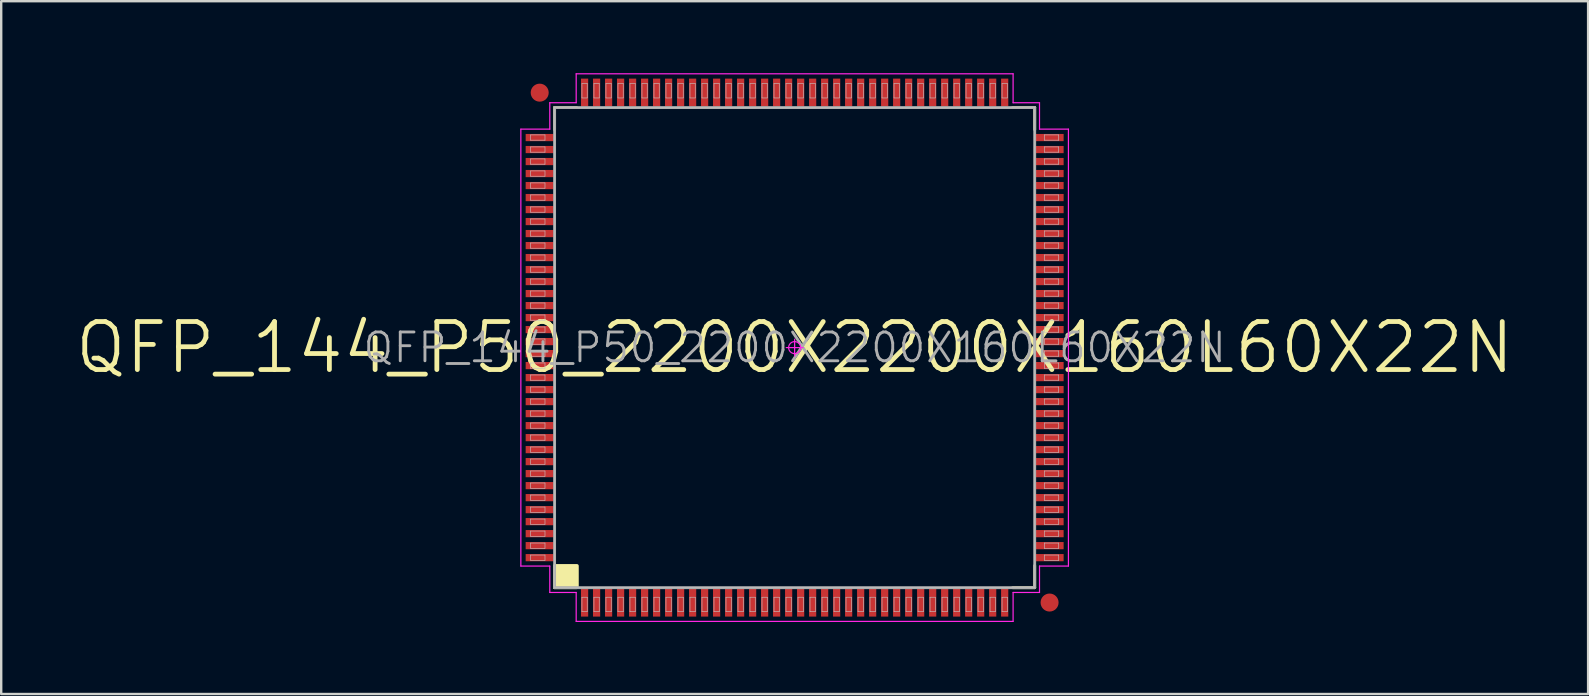
<source format=kicad_pcb>
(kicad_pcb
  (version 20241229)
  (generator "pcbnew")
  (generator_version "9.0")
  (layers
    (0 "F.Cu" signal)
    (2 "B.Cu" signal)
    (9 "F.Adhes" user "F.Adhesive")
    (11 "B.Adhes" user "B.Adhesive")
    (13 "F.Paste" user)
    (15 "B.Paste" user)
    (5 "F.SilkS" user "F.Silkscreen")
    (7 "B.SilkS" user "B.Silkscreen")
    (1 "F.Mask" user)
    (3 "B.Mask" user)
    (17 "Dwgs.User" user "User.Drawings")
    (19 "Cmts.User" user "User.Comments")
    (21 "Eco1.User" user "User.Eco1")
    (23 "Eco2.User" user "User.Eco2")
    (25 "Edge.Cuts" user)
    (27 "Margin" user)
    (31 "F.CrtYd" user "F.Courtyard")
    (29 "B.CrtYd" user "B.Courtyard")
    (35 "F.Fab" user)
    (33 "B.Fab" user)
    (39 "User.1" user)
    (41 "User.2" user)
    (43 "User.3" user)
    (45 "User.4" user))
  (footprint "QFP_144_P50_2200X2200X160L60X22N"
    (layer "F.Cu")
    (at 30.052 11.43)
    (property "Reference" "QFP_144_P50_2200X2200X160L60X22N" (at 0 0 0) (layer "F.Fab") (effects (font (size 1.2 1.2) (thickness 0.12))))
    (attr smd)
    (fp_line (start -10 -10) (end -10 -9.08) (stroke (width 0.12) (type solid)) (layer "F.SilkS"))
    (fp_line (start -10 10) (end -10 9.08) (stroke (width 0.12) (type solid)) (layer "F.SilkS"))
    (fp_line (start -9.08 -10) (end -10 -10) (stroke (width 0.12) (type solid)) (layer "F.SilkS"))
    (fp_line (start -9.08 10) (end -10 10) (stroke (width 0.12) (type solid)) (layer "F.SilkS"))
    (fp_line (start 9.08 -10) (end 10 -10) (stroke (width 0.12) (type solid)) (layer "F.SilkS"))
    (fp_line (start 9.08 10) (end 10 10) (stroke (width 0.12) (type solid)) (layer "F.SilkS"))
    (fp_line (start 10 -10) (end 10 -9.08) (stroke (width 0.12) (type solid)) (layer "F.SilkS"))
    (fp_line (start 10 10) (end 10 9.08) (stroke (width 0.12) (type solid)) (layer "F.SilkS"))
    (fp_poly (pts (xy -9.982 9.982) (xy -9.982 9.093) (xy -9.068 9.093) (xy -9.068 9.982)) (stroke (width 0.15) (type solid)) (fill yes) (layer "F.SilkS"))
    (fp_line (start -11 -8.86) (end -10.4 -8.86) (stroke (width 0.025) (type solid)) (layer "Dwgs.User"))
    (fp_line (start -11 -8.64) (end -11 -8.86) (stroke (width 0.025) (type solid)) (layer "Dwgs.User"))
    (fp_line (start -11 -8.36) (end -10.4 -8.36) (stroke (width 0.025) (type solid)) (layer "Dwgs.User"))
    (fp_line (start -11 -8.14) (end -11 -8.36) (stroke (width 0.025) (type solid)) (layer "Dwgs.User"))
    (fp_line (start -11 -7.86) (end -10.4 -7.86) (stroke (width 0.025) (type solid)) (layer "Dwgs.User"))
    (fp_line (start -11 -7.64) (end -11 -7.86) (stroke (width 0.025) (type solid)) (layer "Dwgs.User"))
    (fp_line (start -11 -7.36) (end -10.4 -7.36) (stroke (width 0.025) (type solid)) (layer "Dwgs.User"))
    (fp_line (start -11 -7.14) (end -11 -7.36) (stroke (width 0.025) (type solid)) (layer "Dwgs.User"))
    (fp_line (start -11 -6.86) (end -10.4 -6.86) (stroke (width 0.025) (type solid)) (layer "Dwgs.User"))
    (fp_line (start -11 -6.64) (end -11 -6.86) (stroke (width 0.025) (type solid)) (layer "Dwgs.User"))
    (fp_line (start -11 -6.36) (end -10.4 -6.36) (stroke (width 0.025) (type solid)) (layer "Dwgs.User"))
    (fp_line (start -11 -6.14) (end -11 -6.36) (stroke (width 0.025) (type solid)) (layer "Dwgs.User"))
    (fp_line (start -11 -5.86) (end -10.4 -5.86) (stroke (width 0.025) (type solid)) (layer "Dwgs.User"))
    (fp_line (start -11 -5.64) (end -11 -5.86) (stroke (width 0.025) (type solid)) (layer "Dwgs.User"))
    (fp_line (start -11 -5.36) (end -10.4 -5.36) (stroke (width 0.025) (type solid)) (layer "Dwgs.User"))
    (fp_line (start -11 -5.14) (end -11 -5.36) (stroke (width 0.025) (type solid)) (layer "Dwgs.User"))
    (fp_line (start -11 -4.86) (end -10.4 -4.86) (stroke (width 0.025) (type solid)) (layer "Dwgs.User"))
    (fp_line (start -11 -4.64) (end -11 -4.86) (stroke (width 0.025) (type solid)) (layer "Dwgs.User"))
    (fp_line (start -11 -4.36) (end -10.4 -4.36) (stroke (width 0.025) (type solid)) (layer "Dwgs.User"))
    (fp_line (start -11 -4.14) (end -11 -4.36) (stroke (width 0.025) (type solid)) (layer "Dwgs.User"))
    (fp_line (start -11 -3.86) (end -10.4 -3.86) (stroke (width 0.025) (type solid)) (layer "Dwgs.User"))
    (fp_line (start -11 -3.64) (end -11 -3.86) (stroke (width 0.025) (type solid)) (layer "Dwgs.User"))
    (fp_line (start -11 -3.36) (end -10.4 -3.36) (stroke (width 0.025) (type solid)) (layer "Dwgs.User"))
    (fp_line (start -11 -3.14) (end -11 -3.36) (stroke (width 0.025) (type solid)) (layer "Dwgs.User"))
    (fp_line (start -11 -2.86) (end -10.4 -2.86) (stroke (width 0.025) (type solid)) (layer "Dwgs.User"))
    (fp_line (start -11 -2.64) (end -11 -2.86) (stroke (width 0.025) (type solid)) (layer "Dwgs.User"))
    (fp_line (start -11 -2.36) (end -10.4 -2.36) (stroke (width 0.025) (type solid)) (layer "Dwgs.User"))
    (fp_line (start -11 -2.14) (end -11 -2.36) (stroke (width 0.025) (type solid)) (layer "Dwgs.User"))
    (fp_line (start -11 -1.86) (end -10.4 -1.86) (stroke (width 0.025) (type solid)) (layer "Dwgs.User"))
    (fp_line (start -11 -1.64) (end -11 -1.86) (stroke (width 0.025) (type solid)) (layer "Dwgs.User"))
    (fp_line (start -11 -1.36) (end -10.4 -1.36) (stroke (width 0.025) (type solid)) (layer "Dwgs.User"))
    (fp_line (start -11 -1.14) (end -11 -1.36) (stroke (width 0.025) (type solid)) (layer "Dwgs.User"))
    (fp_line (start -11 -0.86) (end -10.4 -0.86) (stroke (width 0.025) (type solid)) (layer "Dwgs.User"))
    (fp_line (start -11 -0.64) (end -11 -0.86) (stroke (width 0.025) (type solid)) (layer "Dwgs.User"))
    (fp_line (start -11 -0.36) (end -10.4 -0.36) (stroke (width 0.025) (type solid)) (layer "Dwgs.User"))
    (fp_line (start -11 -0.14) (end -11 -0.36) (stroke (width 0.025) (type solid)) (layer "Dwgs.User"))
    (fp_line (start -11 0.14) (end -10.4 0.14) (stroke (width 0.025) (type solid)) (layer "Dwgs.User"))
    (fp_line (start -11 0.36) (end -11 0.14) (stroke (width 0.025) (type solid)) (layer "Dwgs.User"))
    (fp_line (start -11 0.64) (end -10.4 0.64) (stroke (width 0.025) (type solid)) (layer "Dwgs.User"))
    (fp_line (start -11 0.86) (end -11 0.64) (stroke (width 0.025) (type solid)) (layer "Dwgs.User"))
    (fp_line (start -11 1.14) (end -10.4 1.14) (stroke (width 0.025) (type solid)) (layer "Dwgs.User"))
    (fp_line (start -11 1.36) (end -11 1.14) (stroke (width 0.025) (type solid)) (layer "Dwgs.User"))
    (fp_line (start -11 1.64) (end -10.4 1.64) (stroke (width 0.025) (type solid)) (layer "Dwgs.User"))
    (fp_line (start -11 1.86) (end -11 1.64) (stroke (width 0.025) (type solid)) (layer "Dwgs.User"))
    (fp_line (start -11 2.14) (end -10.4 2.14) (stroke (width 0.025) (type solid)) (layer "Dwgs.User"))
    (fp_line (start -11 2.36) (end -11 2.14) (stroke (width 0.025) (type solid)) (layer "Dwgs.User"))
    (fp_line (start -11 2.64) (end -10.4 2.64) (stroke (width 0.025) (type solid)) (layer "Dwgs.User"))
    (fp_line (start -11 2.86) (end -11 2.64) (stroke (width 0.025) (type solid)) (layer "Dwgs.User"))
    (fp_line (start -11 3.14) (end -10.4 3.14) (stroke (width 0.025) (type solid)) (layer "Dwgs.User"))
    (fp_line (start -11 3.36) (end -11 3.14) (stroke (width 0.025) (type solid)) (layer "Dwgs.User"))
    (fp_line (start -11 3.64) (end -10.4 3.64) (stroke (width 0.025) (type solid)) (layer "Dwgs.User"))
    (fp_line (start -11 3.86) (end -11 3.64) (stroke (width 0.025) (type solid)) (layer "Dwgs.User"))
    (fp_line (start -11 4.14) (end -10.4 4.14) (stroke (width 0.025) (type solid)) (layer "Dwgs.User"))
    (fp_line (start -11 4.36) (end -11 4.14) (stroke (width 0.025) (type solid)) (layer "Dwgs.User"))
    (fp_line (start -11 4.64) (end -10.4 4.64) (stroke (width 0.025) (type solid)) (layer "Dwgs.User"))
    (fp_line (start -11 4.86) (end -11 4.64) (stroke (width 0.025) (type solid)) (layer "Dwgs.User"))
    (fp_line (start -11 5.14) (end -10.4 5.14) (stroke (width 0.025) (type solid)) (layer "Dwgs.User"))
    (fp_line (start -11 5.36) (end -11 5.14) (stroke (width 0.025) (type solid)) (layer "Dwgs.User"))
    (fp_line (start -11 5.64) (end -10.4 5.64) (stroke (width 0.025) (type solid)) (layer "Dwgs.User"))
    (fp_line (start -11 5.86) (end -11 5.64) (stroke (width 0.025) (type solid)) (layer "Dwgs.User"))
    (fp_line (start -11 6.14) (end -10.4 6.14) (stroke (width 0.025) (type solid)) (layer "Dwgs.User"))
    (fp_line (start -11 6.36) (end -11 6.14) (stroke (width 0.025) (type solid)) (layer "Dwgs.User"))
    (fp_line (start -11 6.64) (end -10.4 6.64) (stroke (width 0.025) (type solid)) (layer "Dwgs.User"))
    (fp_line (start -11 6.86) (end -11 6.64) (stroke (width 0.025) (type solid)) (layer "Dwgs.User"))
    (fp_line (start -11 7.14) (end -10.4 7.14) (stroke (width 0.025) (type solid)) (layer "Dwgs.User"))
    (fp_line (start -11 7.36) (end -11 7.14) (stroke (width 0.025) (type solid)) (layer "Dwgs.User"))
    (fp_line (start -11 7.64) (end -10.4 7.64) (stroke (width 0.025) (type solid)) (layer "Dwgs.User"))
    (fp_line (start -11 7.86) (end -11 7.64) (stroke (width 0.025) (type solid)) (layer "Dwgs.User"))
    (fp_line (start -11 8.14) (end -10.4 8.14) (stroke (width 0.025) (type solid)) (layer "Dwgs.User"))
    (fp_line (start -11 8.36) (end -11 8.14) (stroke (width 0.025) (type solid)) (layer "Dwgs.User"))
    (fp_line (start -11 8.64) (end -10.4 8.64) (stroke (width 0.025) (type solid)) (layer "Dwgs.User"))
    (fp_line (start -11 8.86) (end -11 8.64) (stroke (width 0.025) (type solid)) (layer "Dwgs.User"))
    (fp_line (start -10.4 -8.86) (end -10.4 -8.64) (stroke (width 0.025) (type solid)) (layer "Dwgs.User"))
    (fp_line (start -10.4 -8.64) (end -11 -8.64) (stroke (width 0.025) (type solid)) (layer "Dwgs.User"))
    (fp_line (start -10.4 -8.36) (end -10.4 -8.14) (stroke (width 0.025) (type solid)) (layer "Dwgs.User"))
    (fp_line (start -10.4 -8.14) (end -11 -8.14) (stroke (width 0.025) (type solid)) (layer "Dwgs.User"))
    (fp_line (start -10.4 -7.86) (end -10.4 -7.64) (stroke (width 0.025) (type solid)) (layer "Dwgs.User"))
    (fp_line (start -10.4 -7.64) (end -11 -7.64) (stroke (width 0.025) (type solid)) (layer "Dwgs.User"))
    (fp_line (start -10.4 -7.36) (end -10.4 -7.14) (stroke (width 0.025) (type solid)) (layer "Dwgs.User"))
    (fp_line (start -10.4 -7.14) (end -11 -7.14) (stroke (width 0.025) (type solid)) (layer "Dwgs.User"))
    (fp_line (start -10.4 -6.86) (end -10.4 -6.64) (stroke (width 0.025) (type solid)) (layer "Dwgs.User"))
    (fp_line (start -10.4 -6.64) (end -11 -6.64) (stroke (width 0.025) (type solid)) (layer "Dwgs.User"))
    (fp_line (start -10.4 -6.36) (end -10.4 -6.14) (stroke (width 0.025) (type solid)) (layer "Dwgs.User"))
    (fp_line (start -10.4 -6.14) (end -11 -6.14) (stroke (width 0.025) (type solid)) (layer "Dwgs.User"))
    (fp_line (start -10.4 -5.86) (end -10.4 -5.64) (stroke (width 0.025) (type solid)) (layer "Dwgs.User"))
    (fp_line (start -10.4 -5.64) (end -11 -5.64) (stroke (width 0.025) (type solid)) (layer "Dwgs.User"))
    (fp_line (start -10.4 -5.36) (end -10.4 -5.14) (stroke (width 0.025) (type solid)) (layer "Dwgs.User"))
    (fp_line (start -10.4 -5.14) (end -11 -5.14) (stroke (width 0.025) (type solid)) (layer "Dwgs.User"))
    (fp_line (start -10.4 -4.86) (end -10.4 -4.64) (stroke (width 0.025) (type solid)) (layer "Dwgs.User"))
    (fp_line (start -10.4 -4.64) (end -11 -4.64) (stroke (width 0.025) (type solid)) (layer "Dwgs.User"))
    (fp_line (start -10.4 -4.36) (end -10.4 -4.14) (stroke (width 0.025) (type solid)) (layer "Dwgs.User"))
    (fp_line (start -10.4 -4.14) (end -11 -4.14) (stroke (width 0.025) (type solid)) (layer "Dwgs.User"))
    (fp_line (start -10.4 -3.86) (end -10.4 -3.64) (stroke (width 0.025) (type solid)) (layer "Dwgs.User"))
    (fp_line (start -10.4 -3.64) (end -11 -3.64) (stroke (width 0.025) (type solid)) (layer "Dwgs.User"))
    (fp_line (start -10.4 -3.36) (end -10.4 -3.14) (stroke (width 0.025) (type solid)) (layer "Dwgs.User"))
    (fp_line (start -10.4 -3.14) (end -11 -3.14) (stroke (width 0.025) (type solid)) (layer "Dwgs.User"))
    (fp_line (start -10.4 -2.86) (end -10.4 -2.64) (stroke (width 0.025) (type solid)) (layer "Dwgs.User"))
    (fp_line (start -10.4 -2.64) (end -11 -2.64) (stroke (width 0.025) (type solid)) (layer "Dwgs.User"))
    (fp_line (start -10.4 -2.36) (end -10.4 -2.14) (stroke (width 0.025) (type solid)) (layer "Dwgs.User"))
    (fp_line (start -10.4 -2.14) (end -11 -2.14) (stroke (width 0.025) (type solid)) (layer "Dwgs.User"))
    (fp_line (start -10.4 -1.86) (end -10.4 -1.64) (stroke (width 0.025) (type solid)) (layer "Dwgs.User"))
    (fp_line (start -10.4 -1.64) (end -11 -1.64) (stroke (width 0.025) (type solid)) (layer "Dwgs.User"))
    (fp_line (start -10.4 -1.36) (end -10.4 -1.14) (stroke (width 0.025) (type solid)) (layer "Dwgs.User"))
    (fp_line (start -10.4 -1.14) (end -11 -1.14) (stroke (width 0.025) (type solid)) (layer "Dwgs.User"))
    (fp_line (start -10.4 -0.86) (end -10.4 -0.64) (stroke (width 0.025) (type solid)) (layer "Dwgs.User"))
    (fp_line (start -10.4 -0.64) (end -11 -0.64) (stroke (width 0.025) (type solid)) (layer "Dwgs.User"))
    (fp_line (start -10.4 -0.36) (end -10.4 -0.14) (stroke (width 0.025) (type solid)) (layer "Dwgs.User"))
    (fp_line (start -10.4 -0.14) (end -11 -0.14) (stroke (width 0.025) (type solid)) (layer "Dwgs.User"))
    (fp_line (start -10.4 0.14) (end -10.4 0.36) (stroke (width 0.025) (type solid)) (layer "Dwgs.User"))
    (fp_line (start -10.4 0.36) (end -11 0.36) (stroke (width 0.025) (type solid)) (layer "Dwgs.User"))
    (fp_line (start -10.4 0.64) (end -10.4 0.86) (stroke (width 0.025) (type solid)) (layer "Dwgs.User"))
    (fp_line (start -10.4 0.86) (end -11 0.86) (stroke (width 0.025) (type solid)) (layer "Dwgs.User"))
    (fp_line (start -10.4 1.14) (end -10.4 1.36) (stroke (width 0.025) (type solid)) (layer "Dwgs.User"))
    (fp_line (start -10.4 1.36) (end -11 1.36) (stroke (width 0.025) (type solid)) (layer "Dwgs.User"))
    (fp_line (start -10.4 1.64) (end -10.4 1.86) (stroke (width 0.025) (type solid)) (layer "Dwgs.User"))
    (fp_line (start -10.4 1.86) (end -11 1.86) (stroke (width 0.025) (type solid)) (layer "Dwgs.User"))
    (fp_line (start -10.4 2.14) (end -10.4 2.36) (stroke (width 0.025) (type solid)) (layer "Dwgs.User"))
    (fp_line (start -10.4 2.36) (end -11 2.36) (stroke (width 0.025) (type solid)) (layer "Dwgs.User"))
    (fp_line (start -10.4 2.64) (end -10.4 2.86) (stroke (width 0.025) (type solid)) (layer "Dwgs.User"))
    (fp_line (start -10.4 2.86) (end -11 2.86) (stroke (width 0.025) (type solid)) (layer "Dwgs.User"))
    (fp_line (start -10.4 3.14) (end -10.4 3.36) (stroke (width 0.025) (type solid)) (layer "Dwgs.User"))
    (fp_line (start -10.4 3.36) (end -11 3.36) (stroke (width 0.025) (type solid)) (layer "Dwgs.User"))
    (fp_line (start -10.4 3.64) (end -10.4 3.86) (stroke (width 0.025) (type solid)) (layer "Dwgs.User"))
    (fp_line (start -10.4 3.86) (end -11 3.86) (stroke (width 0.025) (type solid)) (layer "Dwgs.User"))
    (fp_line (start -10.4 4.14) (end -10.4 4.36) (stroke (width 0.025) (type solid)) (layer "Dwgs.User"))
    (fp_line (start -10.4 4.36) (end -11 4.36) (stroke (width 0.025) (type solid)) (layer "Dwgs.User"))
    (fp_line (start -10.4 4.64) (end -10.4 4.86) (stroke (width 0.025) (type solid)) (layer "Dwgs.User"))
    (fp_line (start -10.4 4.86) (end -11 4.86) (stroke (width 0.025) (type solid)) (layer "Dwgs.User"))
    (fp_line (start -10.4 5.14) (end -10.4 5.36) (stroke (width 0.025) (type solid)) (layer "Dwgs.User"))
    (fp_line (start -10.4 5.36) (end -11 5.36) (stroke (width 0.025) (type solid)) (layer "Dwgs.User"))
    (fp_line (start -10.4 5.64) (end -10.4 5.86) (stroke (width 0.025) (type solid)) (layer "Dwgs.User"))
    (fp_line (start -10.4 5.86) (end -11 5.86) (stroke (width 0.025) (type solid)) (layer "Dwgs.User"))
    (fp_line (start -10.4 6.14) (end -10.4 6.36) (stroke (width 0.025) (type solid)) (layer "Dwgs.User"))
    (fp_line (start -10.4 6.36) (end -11 6.36) (stroke (width 0.025) (type solid)) (layer "Dwgs.User"))
    (fp_line (start -10.4 6.64) (end -10.4 6.86) (stroke (width 0.025) (type solid)) (layer "Dwgs.User"))
    (fp_line (start -10.4 6.86) (end -11 6.86) (stroke (width 0.025) (type solid)) (layer "Dwgs.User"))
    (fp_line (start -10.4 7.14) (end -10.4 7.36) (stroke (width 0.025) (type solid)) (layer "Dwgs.User"))
    (fp_line (start -10.4 7.36) (end -11 7.36) (stroke (width 0.025) (type solid)) (layer "Dwgs.User"))
    (fp_line (start -10.4 7.64) (end -10.4 7.86) (stroke (width 0.025) (type solid)) (layer "Dwgs.User"))
    (fp_line (start -10.4 7.86) (end -11 7.86) (stroke (width 0.025) (type solid)) (layer "Dwgs.User"))
    (fp_line (start -10.4 8.14) (end -10.4 8.36) (stroke (width 0.025) (type solid)) (layer "Dwgs.User"))
    (fp_line (start -10.4 8.36) (end -11 8.36) (stroke (width 0.025) (type solid)) (layer "Dwgs.User"))
    (fp_line (start -10.4 8.64) (end -10.4 8.86) (stroke (width 0.025) (type solid)) (layer "Dwgs.User"))
    (fp_line (start -10.4 8.86) (end -11 8.86) (stroke (width 0.025) (type solid)) (layer "Dwgs.User"))
    (fp_line (start -10 -10) (end 10 -10) (stroke (width 0.025) (type solid)) (layer "Dwgs.User"))
    (fp_line (start -10 10) (end -10 -10) (stroke (width 0.025) (type solid)) (layer "Dwgs.User"))
    (fp_line (start -8.86 -11) (end -8.64 -11) (stroke (width 0.025) (type solid)) (layer "Dwgs.User"))
    (fp_line (start -8.86 -10.4) (end -8.86 -11) (stroke (width 0.025) (type solid)) (layer "Dwgs.User"))
    (fp_line (start -8.86 10.4) (end -8.64 10.4) (stroke (width 0.025) (type solid)) (layer "Dwgs.User"))
    (fp_line (start -8.86 11) (end -8.86 10.4) (stroke (width 0.025) (type solid)) (layer "Dwgs.User"))
    (fp_line (start -8.64 -11) (end -8.64 -10.4) (stroke (width 0.025) (type solid)) (layer "Dwgs.User"))
    (fp_line (start -8.64 -10.4) (end -8.86 -10.4) (stroke (width 0.025) (type solid)) (layer "Dwgs.User"))
    (fp_line (start -8.64 10.4) (end -8.64 11) (stroke (width 0.025) (type solid)) (layer "Dwgs.User"))
    (fp_line (start -8.64 11) (end -8.86 11) (stroke (width 0.025) (type solid)) (layer "Dwgs.User"))
    (fp_line (start -8.36 -11) (end -8.14 -11) (stroke (width 0.025) (type solid)) (layer "Dwgs.User"))
    (fp_line (start -8.36 -10.4) (end -8.36 -11) (stroke (width 0.025) (type solid)) (layer "Dwgs.User"))
    (fp_line (start -8.36 10.4) (end -8.14 10.4) (stroke (width 0.025) (type solid)) (layer "Dwgs.User"))
    (fp_line (start -8.36 11) (end -8.36 10.4) (stroke (width 0.025) (type solid)) (layer "Dwgs.User"))
    (fp_line (start -8.14 -11) (end -8.14 -10.4) (stroke (width 0.025) (type solid)) (layer "Dwgs.User"))
    (fp_line (start -8.14 -10.4) (end -8.36 -10.4) (stroke (width 0.025) (type solid)) (layer "Dwgs.User"))
    (fp_line (start -8.14 10.4) (end -8.14 11) (stroke (width 0.025) (type solid)) (layer "Dwgs.User"))
    (fp_line (start -8.14 11) (end -8.36 11) (stroke (width 0.025) (type solid)) (layer "Dwgs.User"))
    (fp_line (start -7.86 -11) (end -7.64 -11) (stroke (width 0.025) (type solid)) (layer "Dwgs.User"))
    (fp_line (start -7.86 -10.4) (end -7.86 -11) (stroke (width 0.025) (type solid)) (layer "Dwgs.User"))
    (fp_line (start -7.86 10.4) (end -7.64 10.4) (stroke (width 0.025) (type solid)) (layer "Dwgs.User"))
    (fp_line (start -7.86 11) (end -7.86 10.4) (stroke (width 0.025) (type solid)) (layer "Dwgs.User"))
    (fp_line (start -7.64 -11) (end -7.64 -10.4) (stroke (width 0.025) (type solid)) (layer "Dwgs.User"))
    (fp_line (start -7.64 -10.4) (end -7.86 -10.4) (stroke (width 0.025) (type solid)) (layer "Dwgs.User"))
    (fp_line (start -7.64 10.4) (end -7.64 11) (stroke (width 0.025) (type solid)) (layer "Dwgs.User"))
    (fp_line (start -7.64 11) (end -7.86 11) (stroke (width 0.025) (type solid)) (layer "Dwgs.User"))
    (fp_line (start -7.36 -11) (end -7.14 -11) (stroke (width 0.025) (type solid)) (layer "Dwgs.User"))
    (fp_line (start -7.36 -10.4) (end -7.36 -11) (stroke (width 0.025) (type solid)) (layer "Dwgs.User"))
    (fp_line (start -7.36 10.4) (end -7.14 10.4) (stroke (width 0.025) (type solid)) (layer "Dwgs.User"))
    (fp_line (start -7.36 11) (end -7.36 10.4) (stroke (width 0.025) (type solid)) (layer "Dwgs.User"))
    (fp_line (start -7.14 -11) (end -7.14 -10.4) (stroke (width 0.025) (type solid)) (layer "Dwgs.User"))
    (fp_line (start -7.14 -10.4) (end -7.36 -10.4) (stroke (width 0.025) (type solid)) (layer "Dwgs.User"))
    (fp_line (start -7.14 10.4) (end -7.14 11) (stroke (width 0.025) (type solid)) (layer "Dwgs.User"))
    (fp_line (start -7.14 11) (end -7.36 11) (stroke (width 0.025) (type solid)) (layer "Dwgs.User"))
    (fp_line (start -6.86 -11) (end -6.64 -11) (stroke (width 0.025) (type solid)) (layer "Dwgs.User"))
    (fp_line (start -6.86 -10.4) (end -6.86 -11) (stroke (width 0.025) (type solid)) (layer "Dwgs.User"))
    (fp_line (start -6.86 10.4) (end -6.64 10.4) (stroke (width 0.025) (type solid)) (layer "Dwgs.User"))
    (fp_line (start -6.86 11) (end -6.86 10.4) (stroke (width 0.025) (type solid)) (layer "Dwgs.User"))
    (fp_line (start -6.64 -11) (end -6.64 -10.4) (stroke (width 0.025) (type solid)) (layer "Dwgs.User"))
    (fp_line (start -6.64 -10.4) (end -6.86 -10.4) (stroke (width 0.025) (type solid)) (layer "Dwgs.User"))
    (fp_line (start -6.64 10.4) (end -6.64 11) (stroke (width 0.025) (type solid)) (layer "Dwgs.User"))
    (fp_line (start -6.64 11) (end -6.86 11) (stroke (width 0.025) (type solid)) (layer "Dwgs.User"))
    (fp_line (start -6.36 -11) (end -6.14 -11) (stroke (width 0.025) (type solid)) (layer "Dwgs.User"))
    (fp_line (start -6.36 -10.4) (end -6.36 -11) (stroke (width 0.025) (type solid)) (layer "Dwgs.User"))
    (fp_line (start -6.36 10.4) (end -6.14 10.4) (stroke (width 0.025) (type solid)) (layer "Dwgs.User"))
    (fp_line (start -6.36 11) (end -6.36 10.4) (stroke (width 0.025) (type solid)) (layer "Dwgs.User"))
    (fp_line (start -6.14 -11) (end -6.14 -10.4) (stroke (width 0.025) (type solid)) (layer "Dwgs.User"))
    (fp_line (start -6.14 -10.4) (end -6.36 -10.4) (stroke (width 0.025) (type solid)) (layer "Dwgs.User"))
    (fp_line (start -6.14 10.4) (end -6.14 11) (stroke (width 0.025) (type solid)) (layer "Dwgs.User"))
    (fp_line (start -6.14 11) (end -6.36 11) (stroke (width 0.025) (type solid)) (layer "Dwgs.User"))
    (fp_line (start -5.86 -11) (end -5.64 -11) (stroke (width 0.025) (type solid)) (layer "Dwgs.User"))
    (fp_line (start -5.86 -10.4) (end -5.86 -11) (stroke (width 0.025) (type solid)) (layer "Dwgs.User"))
    (fp_line (start -5.86 10.4) (end -5.64 10.4) (stroke (width 0.025) (type solid)) (layer "Dwgs.User"))
    (fp_line (start -5.86 11) (end -5.86 10.4) (stroke (width 0.025) (type solid)) (layer "Dwgs.User"))
    (fp_line (start -5.64 -11) (end -5.64 -10.4) (stroke (width 0.025) (type solid)) (layer "Dwgs.User"))
    (fp_line (start -5.64 -10.4) (end -5.86 -10.4) (stroke (width 0.025) (type solid)) (layer "Dwgs.User"))
    (fp_line (start -5.64 10.4) (end -5.64 11) (stroke (width 0.025) (type solid)) (layer "Dwgs.User"))
    (fp_line (start -5.64 11) (end -5.86 11) (stroke (width 0.025) (type solid)) (layer "Dwgs.User"))
    (fp_line (start -5.36 -11) (end -5.14 -11) (stroke (width 0.025) (type solid)) (layer "Dwgs.User"))
    (fp_line (start -5.36 -10.4) (end -5.36 -11) (stroke (width 0.025) (type solid)) (layer "Dwgs.User"))
    (fp_line (start -5.36 10.4) (end -5.14 10.4) (stroke (width 0.025) (type solid)) (layer "Dwgs.User"))
    (fp_line (start -5.36 11) (end -5.36 10.4) (stroke (width 0.025) (type solid)) (layer "Dwgs.User"))
    (fp_line (start -5.14 -11) (end -5.14 -10.4) (stroke (width 0.025) (type solid)) (layer "Dwgs.User"))
    (fp_line (start -5.14 -10.4) (end -5.36 -10.4) (stroke (width 0.025) (type solid)) (layer "Dwgs.User"))
    (fp_line (start -5.14 10.4) (end -5.14 11) (stroke (width 0.025) (type solid)) (layer "Dwgs.User"))
    (fp_line (start -5.14 11) (end -5.36 11) (stroke (width 0.025) (type solid)) (layer "Dwgs.User"))
    (fp_line (start -4.86 -11) (end -4.64 -11) (stroke (width 0.025) (type solid)) (layer "Dwgs.User"))
    (fp_line (start -4.86 -10.4) (end -4.86 -11) (stroke (width 0.025) (type solid)) (layer "Dwgs.User"))
    (fp_line (start -4.86 10.4) (end -4.64 10.4) (stroke (width 0.025) (type solid)) (layer "Dwgs.User"))
    (fp_line (start -4.86 11) (end -4.86 10.4) (stroke (width 0.025) (type solid)) (layer "Dwgs.User"))
    (fp_line (start -4.64 -11) (end -4.64 -10.4) (stroke (width 0.025) (type solid)) (layer "Dwgs.User"))
    (fp_line (start -4.64 -10.4) (end -4.86 -10.4) (stroke (width 0.025) (type solid)) (layer "Dwgs.User"))
    (fp_line (start -4.64 10.4) (end -4.64 11) (stroke (width 0.025) (type solid)) (layer "Dwgs.User"))
    (fp_line (start -4.64 11) (end -4.86 11) (stroke (width 0.025) (type solid)) (layer "Dwgs.User"))
    (fp_line (start -4.36 -11) (end -4.14 -11) (stroke (width 0.025) (type solid)) (layer "Dwgs.User"))
    (fp_line (start -4.36 -10.4) (end -4.36 -11) (stroke (width 0.025) (type solid)) (layer "Dwgs.User"))
    (fp_line (start -4.36 10.4) (end -4.14 10.4) (stroke (width 0.025) (type solid)) (layer "Dwgs.User"))
    (fp_line (start -4.36 11) (end -4.36 10.4) (stroke (width 0.025) (type solid)) (layer "Dwgs.User"))
    (fp_line (start -4.14 -11) (end -4.14 -10.4) (stroke (width 0.025) (type solid)) (layer "Dwgs.User"))
    (fp_line (start -4.14 -10.4) (end -4.36 -10.4) (stroke (width 0.025) (type solid)) (layer "Dwgs.User"))
    (fp_line (start -4.14 10.4) (end -4.14 11) (stroke (width 0.025) (type solid)) (layer "Dwgs.User"))
    (fp_line (start -4.14 11) (end -4.36 11) (stroke (width 0.025) (type solid)) (layer "Dwgs.User"))
    (fp_line (start -3.86 -11) (end -3.64 -11) (stroke (width 0.025) (type solid)) (layer "Dwgs.User"))
    (fp_line (start -3.86 -10.4) (end -3.86 -11) (stroke (width 0.025) (type solid)) (layer "Dwgs.User"))
    (fp_line (start -3.86 10.4) (end -3.64 10.4) (stroke (width 0.025) (type solid)) (layer "Dwgs.User"))
    (fp_line (start -3.86 11) (end -3.86 10.4) (stroke (width 0.025) (type solid)) (layer "Dwgs.User"))
    (fp_line (start -3.64 -11) (end -3.64 -10.4) (stroke (width 0.025) (type solid)) (layer "Dwgs.User"))
    (fp_line (start -3.64 -10.4) (end -3.86 -10.4) (stroke (width 0.025) (type solid)) (layer "Dwgs.User"))
    (fp_line (start -3.64 10.4) (end -3.64 11) (stroke (width 0.025) (type solid)) (layer "Dwgs.User"))
    (fp_line (start -3.64 11) (end -3.86 11) (stroke (width 0.025) (type solid)) (layer "Dwgs.User"))
    (fp_line (start -3.36 -11) (end -3.14 -11) (stroke (width 0.025) (type solid)) (layer "Dwgs.User"))
    (fp_line (start -3.36 -10.4) (end -3.36 -11) (stroke (width 0.025) (type solid)) (layer "Dwgs.User"))
    (fp_line (start -3.36 10.4) (end -3.14 10.4) (stroke (width 0.025) (type solid)) (layer "Dwgs.User"))
    (fp_line (start -3.36 11) (end -3.36 10.4) (stroke (width 0.025) (type solid)) (layer "Dwgs.User"))
    (fp_line (start -3.14 -11) (end -3.14 -10.4) (stroke (width 0.025) (type solid)) (layer "Dwgs.User"))
    (fp_line (start -3.14 -10.4) (end -3.36 -10.4) (stroke (width 0.025) (type solid)) (layer "Dwgs.User"))
    (fp_line (start -3.14 10.4) (end -3.14 11) (stroke (width 0.025) (type solid)) (layer "Dwgs.User"))
    (fp_line (start -3.14 11) (end -3.36 11) (stroke (width 0.025) (type solid)) (layer "Dwgs.User"))
    (fp_line (start -2.86 -11) (end -2.64 -11) (stroke (width 0.025) (type solid)) (layer "Dwgs.User"))
    (fp_line (start -2.86 -10.4) (end -2.86 -11) (stroke (width 0.025) (type solid)) (layer "Dwgs.User"))
    (fp_line (start -2.86 10.4) (end -2.64 10.4) (stroke (width 0.025) (type solid)) (layer "Dwgs.User"))
    (fp_line (start -2.86 11) (end -2.86 10.4) (stroke (width 0.025) (type solid)) (layer "Dwgs.User"))
    (fp_line (start -2.64 -11) (end -2.64 -10.4) (stroke (width 0.025) (type solid)) (layer "Dwgs.User"))
    (fp_line (start -2.64 -10.4) (end -2.86 -10.4) (stroke (width 0.025) (type solid)) (layer "Dwgs.User"))
    (fp_line (start -2.64 10.4) (end -2.64 11) (stroke (width 0.025) (type solid)) (layer "Dwgs.User"))
    (fp_line (start -2.64 11) (end -2.86 11) (stroke (width 0.025) (type solid)) (layer "Dwgs.User"))
    (fp_line (start -2.36 -11) (end -2.14 -11) (stroke (width 0.025) (type solid)) (layer "Dwgs.User"))
    (fp_line (start -2.36 -10.4) (end -2.36 -11) (stroke (width 0.025) (type solid)) (layer "Dwgs.User"))
    (fp_line (start -2.36 10.4) (end -2.14 10.4) (stroke (width 0.025) (type solid)) (layer "Dwgs.User"))
    (fp_line (start -2.36 11) (end -2.36 10.4) (stroke (width 0.025) (type solid)) (layer "Dwgs.User"))
    (fp_line (start -2.14 -11) (end -2.14 -10.4) (stroke (width 0.025) (type solid)) (layer "Dwgs.User"))
    (fp_line (start -2.14 -10.4) (end -2.36 -10.4) (stroke (width 0.025) (type solid)) (layer "Dwgs.User"))
    (fp_line (start -2.14 10.4) (end -2.14 11) (stroke (width 0.025) (type solid)) (layer "Dwgs.User"))
    (fp_line (start -2.14 11) (end -2.36 11) (stroke (width 0.025) (type solid)) (layer "Dwgs.User"))
    (fp_line (start -1.86 -11) (end -1.64 -11) (stroke (width 0.025) (type solid)) (layer "Dwgs.User"))
    (fp_line (start -1.86 -10.4) (end -1.86 -11) (stroke (width 0.025) (type solid)) (layer "Dwgs.User"))
    (fp_line (start -1.86 10.4) (end -1.64 10.4) (stroke (width 0.025) (type solid)) (layer "Dwgs.User"))
    (fp_line (start -1.86 11) (end -1.86 10.4) (stroke (width 0.025) (type solid)) (layer "Dwgs.User"))
    (fp_line (start -1.64 -11) (end -1.64 -10.4) (stroke (width 0.025) (type solid)) (layer "Dwgs.User"))
    (fp_line (start -1.64 -10.4) (end -1.86 -10.4) (stroke (width 0.025) (type solid)) (layer "Dwgs.User"))
    (fp_line (start -1.64 10.4) (end -1.64 11) (stroke (width 0.025) (type solid)) (layer "Dwgs.User"))
    (fp_line (start -1.64 11) (end -1.86 11) (stroke (width 0.025) (type solid)) (layer "Dwgs.User"))
    (fp_line (start -1.36 -11) (end -1.14 -11) (stroke (width 0.025) (type solid)) (layer "Dwgs.User"))
    (fp_line (start -1.36 -10.4) (end -1.36 -11) (stroke (width 0.025) (type solid)) (layer "Dwgs.User"))
    (fp_line (start -1.36 10.4) (end -1.14 10.4) (stroke (width 0.025) (type solid)) (layer "Dwgs.User"))
    (fp_line (start -1.36 11) (end -1.36 10.4) (stroke (width 0.025) (type solid)) (layer "Dwgs.User"))
    (fp_line (start -1.14 -11) (end -1.14 -10.4) (stroke (width 0.025) (type solid)) (layer "Dwgs.User"))
    (fp_line (start -1.14 -10.4) (end -1.36 -10.4) (stroke (width 0.025) (type solid)) (layer "Dwgs.User"))
    (fp_line (start -1.14 10.4) (end -1.14 11) (stroke (width 0.025) (type solid)) (layer "Dwgs.User"))
    (fp_line (start -1.14 11) (end -1.36 11) (stroke (width 0.025) (type solid)) (layer "Dwgs.User"))
    (fp_line (start -0.86 -11) (end -0.64 -11) (stroke (width 0.025) (type solid)) (layer "Dwgs.User"))
    (fp_line (start -0.86 -10.4) (end -0.86 -11) (stroke (width 0.025) (type solid)) (layer "Dwgs.User"))
    (fp_line (start -0.86 10.4) (end -0.64 10.4) (stroke (width 0.025) (type solid)) (layer "Dwgs.User"))
    (fp_line (start -0.86 11) (end -0.86 10.4) (stroke (width 0.025) (type solid)) (layer "Dwgs.User"))
    (fp_line (start -0.64 -11) (end -0.64 -10.4) (stroke (width 0.025) (type solid)) (layer "Dwgs.User"))
    (fp_line (start -0.64 -10.4) (end -0.86 -10.4) (stroke (width 0.025) (type solid)) (layer "Dwgs.User"))
    (fp_line (start -0.64 10.4) (end -0.64 11) (stroke (width 0.025) (type solid)) (layer "Dwgs.User"))
    (fp_line (start -0.64 11) (end -0.86 11) (stroke (width 0.025) (type solid)) (layer "Dwgs.User"))
    (fp_line (start -0.36 -11) (end -0.14 -11) (stroke (width 0.025) (type solid)) (layer "Dwgs.User"))
    (fp_line (start -0.36 -10.4) (end -0.36 -11) (stroke (width 0.025) (type solid)) (layer "Dwgs.User"))
    (fp_line (start -0.36 10.4) (end -0.14 10.4) (stroke (width 0.025) (type solid)) (layer "Dwgs.User"))
    (fp_line (start -0.36 11) (end -0.36 10.4) (stroke (width 0.025) (type solid)) (layer "Dwgs.User"))
    (fp_line (start -0.14 -11) (end -0.14 -10.4) (stroke (width 0.025) (type solid)) (layer "Dwgs.User"))
    (fp_line (start -0.14 -10.4) (end -0.36 -10.4) (stroke (width 0.025) (type solid)) (layer "Dwgs.User"))
    (fp_line (start -0.14 10.4) (end -0.14 11) (stroke (width 0.025) (type solid)) (layer "Dwgs.User"))
    (fp_line (start -0.14 11) (end -0.36 11) (stroke (width 0.025) (type solid)) (layer "Dwgs.User"))
    (fp_line (start 0.14 -11) (end 0.36 -11) (stroke (width 0.025) (type solid)) (layer "Dwgs.User"))
    (fp_line (start 0.14 -10.4) (end 0.14 -11) (stroke (width 0.025) (type solid)) (layer "Dwgs.User"))
    (fp_line (start 0.14 10.4) (end 0.36 10.4) (stroke (width 0.025) (type solid)) (layer "Dwgs.User"))
    (fp_line (start 0.14 11) (end 0.14 10.4) (stroke (width 0.025) (type solid)) (layer "Dwgs.User"))
    (fp_line (start 0.36 -11) (end 0.36 -10.4) (stroke (width 0.025) (type solid)) (layer "Dwgs.User"))
    (fp_line (start 0.36 -10.4) (end 0.14 -10.4) (stroke (width 0.025) (type solid)) (layer "Dwgs.User"))
    (fp_line (start 0.36 10.4) (end 0.36 11) (stroke (width 0.025) (type solid)) (layer "Dwgs.User"))
    (fp_line (start 0.36 11) (end 0.14 11) (stroke (width 0.025) (type solid)) (layer "Dwgs.User"))
    (fp_line (start 0.64 -11) (end 0.86 -11) (stroke (width 0.025) (type solid)) (layer "Dwgs.User"))
    (fp_line (start 0.64 -10.4) (end 0.64 -11) (stroke (width 0.025) (type solid)) (layer "Dwgs.User"))
    (fp_line (start 0.64 10.4) (end 0.86 10.4) (stroke (width 0.025) (type solid)) (layer "Dwgs.User"))
    (fp_line (start 0.64 11) (end 0.64 10.4) (stroke (width 0.025) (type solid)) (layer "Dwgs.User"))
    (fp_line (start 0.86 -11) (end 0.86 -10.4) (stroke (width 0.025) (type solid)) (layer "Dwgs.User"))
    (fp_line (start 0.86 -10.4) (end 0.64 -10.4) (stroke (width 0.025) (type solid)) (layer "Dwgs.User"))
    (fp_line (start 0.86 10.4) (end 0.86 11) (stroke (width 0.025) (type solid)) (layer "Dwgs.User"))
    (fp_line (start 0.86 11) (end 0.64 11) (stroke (width 0.025) (type solid)) (layer "Dwgs.User"))
    (fp_line (start 1.14 -11) (end 1.36 -11) (stroke (width 0.025) (type solid)) (layer "Dwgs.User"))
    (fp_line (start 1.14 -10.4) (end 1.14 -11) (stroke (width 0.025) (type solid)) (layer "Dwgs.User"))
    (fp_line (start 1.14 10.4) (end 1.36 10.4) (stroke (width 0.025) (type solid)) (layer "Dwgs.User"))
    (fp_line (start 1.14 11) (end 1.14 10.4) (stroke (width 0.025) (type solid)) (layer "Dwgs.User"))
    (fp_line (start 1.36 -11) (end 1.36 -10.4) (stroke (width 0.025) (type solid)) (layer "Dwgs.User"))
    (fp_line (start 1.36 -10.4) (end 1.14 -10.4) (stroke (width 0.025) (type solid)) (layer "Dwgs.User"))
    (fp_line (start 1.36 10.4) (end 1.36 11) (stroke (width 0.025) (type solid)) (layer "Dwgs.User"))
    (fp_line (start 1.36 11) (end 1.14 11) (stroke (width 0.025) (type solid)) (layer "Dwgs.User"))
    (fp_line (start 1.64 -11) (end 1.86 -11) (stroke (width 0.025) (type solid)) (layer "Dwgs.User"))
    (fp_line (start 1.64 -10.4) (end 1.64 -11) (stroke (width 0.025) (type solid)) (layer "Dwgs.User"))
    (fp_line (start 1.64 10.4) (end 1.86 10.4) (stroke (width 0.025) (type solid)) (layer "Dwgs.User"))
    (fp_line (start 1.64 11) (end 1.64 10.4) (stroke (width 0.025) (type solid)) (layer "Dwgs.User"))
    (fp_line (start 1.86 -11) (end 1.86 -10.4) (stroke (width 0.025) (type solid)) (layer "Dwgs.User"))
    (fp_line (start 1.86 -10.4) (end 1.64 -10.4) (stroke (width 0.025) (type solid)) (layer "Dwgs.User"))
    (fp_line (start 1.86 10.4) (end 1.86 11) (stroke (width 0.025) (type solid)) (layer "Dwgs.User"))
    (fp_line (start 1.86 11) (end 1.64 11) (stroke (width 0.025) (type solid)) (layer "Dwgs.User"))
    (fp_line (start 2.14 -11) (end 2.36 -11) (stroke (width 0.025) (type solid)) (layer "Dwgs.User"))
    (fp_line (start 2.14 -10.4) (end 2.14 -11) (stroke (width 0.025) (type solid)) (layer "Dwgs.User"))
    (fp_line (start 2.14 10.4) (end 2.36 10.4) (stroke (width 0.025) (type solid)) (layer "Dwgs.User"))
    (fp_line (start 2.14 11) (end 2.14 10.4) (stroke (width 0.025) (type solid)) (layer "Dwgs.User"))
    (fp_line (start 2.36 -11) (end 2.36 -10.4) (stroke (width 0.025) (type solid)) (layer "Dwgs.User"))
    (fp_line (start 2.36 -10.4) (end 2.14 -10.4) (stroke (width 0.025) (type solid)) (layer "Dwgs.User"))
    (fp_line (start 2.36 10.4) (end 2.36 11) (stroke (width 0.025) (type solid)) (layer "Dwgs.User"))
    (fp_line (start 2.36 11) (end 2.14 11) (stroke (width 0.025) (type solid)) (layer "Dwgs.User"))
    (fp_line (start 2.64 -11) (end 2.86 -11) (stroke (width 0.025) (type solid)) (layer "Dwgs.User"))
    (fp_line (start 2.64 -10.4) (end 2.64 -11) (stroke (width 0.025) (type solid)) (layer "Dwgs.User"))
    (fp_line (start 2.64 10.4) (end 2.86 10.4) (stroke (width 0.025) (type solid)) (layer "Dwgs.User"))
    (fp_line (start 2.64 11) (end 2.64 10.4) (stroke (width 0.025) (type solid)) (layer "Dwgs.User"))
    (fp_line (start 2.86 -11) (end 2.86 -10.4) (stroke (width 0.025) (type solid)) (layer "Dwgs.User"))
    (fp_line (start 2.86 -10.4) (end 2.64 -10.4) (stroke (width 0.025) (type solid)) (layer "Dwgs.User"))
    (fp_line (start 2.86 10.4) (end 2.86 11) (stroke (width 0.025) (type solid)) (layer "Dwgs.User"))
    (fp_line (start 2.86 11) (end 2.64 11) (stroke (width 0.025) (type solid)) (layer "Dwgs.User"))
    (fp_line (start 3.14 -11) (end 3.36 -11) (stroke (width 0.025) (type solid)) (layer "Dwgs.User"))
    (fp_line (start 3.14 -10.4) (end 3.14 -11) (stroke (width 0.025) (type solid)) (layer "Dwgs.User"))
    (fp_line (start 3.14 10.4) (end 3.36 10.4) (stroke (width 0.025) (type solid)) (layer "Dwgs.User"))
    (fp_line (start 3.14 11) (end 3.14 10.4) (stroke (width 0.025) (type solid)) (layer "Dwgs.User"))
    (fp_line (start 3.36 -11) (end 3.36 -10.4) (stroke (width 0.025) (type solid)) (layer "Dwgs.User"))
    (fp_line (start 3.36 -10.4) (end 3.14 -10.4) (stroke (width 0.025) (type solid)) (layer "Dwgs.User"))
    (fp_line (start 3.36 10.4) (end 3.36 11) (stroke (width 0.025) (type solid)) (layer "Dwgs.User"))
    (fp_line (start 3.36 11) (end 3.14 11) (stroke (width 0.025) (type solid)) (layer "Dwgs.User"))
    (fp_line (start 3.64 -11) (end 3.86 -11) (stroke (width 0.025) (type solid)) (layer "Dwgs.User"))
    (fp_line (start 3.64 -10.4) (end 3.64 -11) (stroke (width 0.025) (type solid)) (layer "Dwgs.User"))
    (fp_line (start 3.64 10.4) (end 3.86 10.4) (stroke (width 0.025) (type solid)) (layer "Dwgs.User"))
    (fp_line (start 3.64 11) (end 3.64 10.4) (stroke (width 0.025) (type solid)) (layer "Dwgs.User"))
    (fp_line (start 3.86 -11) (end 3.86 -10.4) (stroke (width 0.025) (type solid)) (layer "Dwgs.User"))
    (fp_line (start 3.86 -10.4) (end 3.64 -10.4) (stroke (width 0.025) (type solid)) (layer "Dwgs.User"))
    (fp_line (start 3.86 10.4) (end 3.86 11) (stroke (width 0.025) (type solid)) (layer "Dwgs.User"))
    (fp_line (start 3.86 11) (end 3.64 11) (stroke (width 0.025) (type solid)) (layer "Dwgs.User"))
    (fp_line (start 4.14 -11) (end 4.36 -11) (stroke (width 0.025) (type solid)) (layer "Dwgs.User"))
    (fp_line (start 4.14 -10.4) (end 4.14 -11) (stroke (width 0.025) (type solid)) (layer "Dwgs.User"))
    (fp_line (start 4.14 10.4) (end 4.36 10.4) (stroke (width 0.025) (type solid)) (layer "Dwgs.User"))
    (fp_line (start 4.14 11) (end 4.14 10.4) (stroke (width 0.025) (type solid)) (layer "Dwgs.User"))
    (fp_line (start 4.36 -11) (end 4.36 -10.4) (stroke (width 0.025) (type solid)) (layer "Dwgs.User"))
    (fp_line (start 4.36 -10.4) (end 4.14 -10.4) (stroke (width 0.025) (type solid)) (layer "Dwgs.User"))
    (fp_line (start 4.36 10.4) (end 4.36 11) (stroke (width 0.025) (type solid)) (layer "Dwgs.User"))
    (fp_line (start 4.36 11) (end 4.14 11) (stroke (width 0.025) (type solid)) (layer "Dwgs.User"))
    (fp_line (start 4.64 -11) (end 4.86 -11) (stroke (width 0.025) (type solid)) (layer "Dwgs.User"))
    (fp_line (start 4.64 -10.4) (end 4.64 -11) (stroke (width 0.025) (type solid)) (layer "Dwgs.User"))
    (fp_line (start 4.64 10.4) (end 4.86 10.4) (stroke (width 0.025) (type solid)) (layer "Dwgs.User"))
    (fp_line (start 4.64 11) (end 4.64 10.4) (stroke (width 0.025) (type solid)) (layer "Dwgs.User"))
    (fp_line (start 4.86 -11) (end 4.86 -10.4) (stroke (width 0.025) (type solid)) (layer "Dwgs.User"))
    (fp_line (start 4.86 -10.4) (end 4.64 -10.4) (stroke (width 0.025) (type solid)) (layer "Dwgs.User"))
    (fp_line (start 4.86 10.4) (end 4.86 11) (stroke (width 0.025) (type solid)) (layer "Dwgs.User"))
    (fp_line (start 4.86 11) (end 4.64 11) (stroke (width 0.025) (type solid)) (layer "Dwgs.User"))
    (fp_line (start 5.14 -11) (end 5.36 -11) (stroke (width 0.025) (type solid)) (layer "Dwgs.User"))
    (fp_line (start 5.14 -10.4) (end 5.14 -11) (stroke (width 0.025) (type solid)) (layer "Dwgs.User"))
    (fp_line (start 5.14 10.4) (end 5.36 10.4) (stroke (width 0.025) (type solid)) (layer "Dwgs.User"))
    (fp_line (start 5.14 11) (end 5.14 10.4) (stroke (width 0.025) (type solid)) (layer "Dwgs.User"))
    (fp_line (start 5.36 -11) (end 5.36 -10.4) (stroke (width 0.025) (type solid)) (layer "Dwgs.User"))
    (fp_line (start 5.36 -10.4) (end 5.14 -10.4) (stroke (width 0.025) (type solid)) (layer "Dwgs.User"))
    (fp_line (start 5.36 10.4) (end 5.36 11) (stroke (width 0.025) (type solid)) (layer "Dwgs.User"))
    (fp_line (start 5.36 11) (end 5.14 11) (stroke (width 0.025) (type solid)) (layer "Dwgs.User"))
    (fp_line (start 5.64 -11) (end 5.86 -11) (stroke (width 0.025) (type solid)) (layer "Dwgs.User"))
    (fp_line (start 5.64 -10.4) (end 5.64 -11) (stroke (width 0.025) (type solid)) (layer "Dwgs.User"))
    (fp_line (start 5.64 10.4) (end 5.86 10.4) (stroke (width 0.025) (type solid)) (layer "Dwgs.User"))
    (fp_line (start 5.64 11) (end 5.64 10.4) (stroke (width 0.025) (type solid)) (layer "Dwgs.User"))
    (fp_line (start 5.86 -11) (end 5.86 -10.4) (stroke (width 0.025) (type solid)) (layer "Dwgs.User"))
    (fp_line (start 5.86 -10.4) (end 5.64 -10.4) (stroke (width 0.025) (type solid)) (layer "Dwgs.User"))
    (fp_line (start 5.86 10.4) (end 5.86 11) (stroke (width 0.025) (type solid)) (layer "Dwgs.User"))
    (fp_line (start 5.86 11) (end 5.64 11) (stroke (width 0.025) (type solid)) (layer "Dwgs.User"))
    (fp_line (start 6.14 -11) (end 6.36 -11) (stroke (width 0.025) (type solid)) (layer "Dwgs.User"))
    (fp_line (start 6.14 -10.4) (end 6.14 -11) (stroke (width 0.025) (type solid)) (layer "Dwgs.User"))
    (fp_line (start 6.14 10.4) (end 6.36 10.4) (stroke (width 0.025) (type solid)) (layer "Dwgs.User"))
    (fp_line (start 6.14 11) (end 6.14 10.4) (stroke (width 0.025) (type solid)) (layer "Dwgs.User"))
    (fp_line (start 6.36 -11) (end 6.36 -10.4) (stroke (width 0.025) (type solid)) (layer "Dwgs.User"))
    (fp_line (start 6.36 -10.4) (end 6.14 -10.4) (stroke (width 0.025) (type solid)) (layer "Dwgs.User"))
    (fp_line (start 6.36 10.4) (end 6.36 11) (stroke (width 0.025) (type solid)) (layer "Dwgs.User"))
    (fp_line (start 6.36 11) (end 6.14 11) (stroke (width 0.025) (type solid)) (layer "Dwgs.User"))
    (fp_line (start 6.64 -11) (end 6.86 -11) (stroke (width 0.025) (type solid)) (layer "Dwgs.User"))
    (fp_line (start 6.64 -10.4) (end 6.64 -11) (stroke (width 0.025) (type solid)) (layer "Dwgs.User"))
    (fp_line (start 6.64 10.4) (end 6.86 10.4) (stroke (width 0.025) (type solid)) (layer "Dwgs.User"))
    (fp_line (start 6.64 11) (end 6.64 10.4) (stroke (width 0.025) (type solid)) (layer "Dwgs.User"))
    (fp_line (start 6.86 -11) (end 6.86 -10.4) (stroke (width 0.025) (type solid)) (layer "Dwgs.User"))
    (fp_line (start 6.86 -10.4) (end 6.64 -10.4) (stroke (width 0.025) (type solid)) (layer "Dwgs.User"))
    (fp_line (start 6.86 10.4) (end 6.86 11) (stroke (width 0.025) (type solid)) (layer "Dwgs.User"))
    (fp_line (start 6.86 11) (end 6.64 11) (stroke (width 0.025) (type solid)) (layer "Dwgs.User"))
    (fp_line (start 7.14 -11) (end 7.36 -11) (stroke (width 0.025) (type solid)) (layer "Dwgs.User"))
    (fp_line (start 7.14 -10.4) (end 7.14 -11) (stroke (width 0.025) (type solid)) (layer "Dwgs.User"))
    (fp_line (start 7.14 10.4) (end 7.36 10.4) (stroke (width 0.025) (type solid)) (layer "Dwgs.User"))
    (fp_line (start 7.14 11) (end 7.14 10.4) (stroke (width 0.025) (type solid)) (layer "Dwgs.User"))
    (fp_line (start 7.36 -11) (end 7.36 -10.4) (stroke (width 0.025) (type solid)) (layer "Dwgs.User"))
    (fp_line (start 7.36 -10.4) (end 7.14 -10.4) (stroke (width 0.025) (type solid)) (layer "Dwgs.User"))
    (fp_line (start 7.36 10.4) (end 7.36 11) (stroke (width 0.025) (type solid)) (layer "Dwgs.User"))
    (fp_line (start 7.36 11) (end 7.14 11) (stroke (width 0.025) (type solid)) (layer "Dwgs.User"))
    (fp_line (start 7.64 -11) (end 7.86 -11) (stroke (width 0.025) (type solid)) (layer "Dwgs.User"))
    (fp_line (start 7.64 -10.4) (end 7.64 -11) (stroke (width 0.025) (type solid)) (layer "Dwgs.User"))
    (fp_line (start 7.64 10.4) (end 7.86 10.4) (stroke (width 0.025) (type solid)) (layer "Dwgs.User"))
    (fp_line (start 7.64 11) (end 7.64 10.4) (stroke (width 0.025) (type solid)) (layer "Dwgs.User"))
    (fp_line (start 7.86 -11) (end 7.86 -10.4) (stroke (width 0.025) (type solid)) (layer "Dwgs.User"))
    (fp_line (start 7.86 -10.4) (end 7.64 -10.4) (stroke (width 0.025) (type solid)) (layer "Dwgs.User"))
    (fp_line (start 7.86 10.4) (end 7.86 11) (stroke (width 0.025) (type solid)) (layer "Dwgs.User"))
    (fp_line (start 7.86 11) (end 7.64 11) (stroke (width 0.025) (type solid)) (layer "Dwgs.User"))
    (fp_line (start 8.14 -11) (end 8.36 -11) (stroke (width 0.025) (type solid)) (layer "Dwgs.User"))
    (fp_line (start 8.14 -10.4) (end 8.14 -11) (stroke (width 0.025) (type solid)) (layer "Dwgs.User"))
    (fp_line (start 8.14 10.4) (end 8.36 10.4) (stroke (width 0.025) (type solid)) (layer "Dwgs.User"))
    (fp_line (start 8.14 11) (end 8.14 10.4) (stroke (width 0.025) (type solid)) (layer "Dwgs.User"))
    (fp_line (start 8.36 -11) (end 8.36 -10.4) (stroke (width 0.025) (type solid)) (layer "Dwgs.User"))
    (fp_line (start 8.36 -10.4) (end 8.14 -10.4) (stroke (width 0.025) (type solid)) (layer "Dwgs.User"))
    (fp_line (start 8.36 10.4) (end 8.36 11) (stroke (width 0.025) (type solid)) (layer "Dwgs.User"))
    (fp_line (start 8.36 11) (end 8.14 11) (stroke (width 0.025) (type solid)) (layer "Dwgs.User"))
    (fp_line (start 8.64 -11) (end 8.86 -11) (stroke (width 0.025) (type solid)) (layer "Dwgs.User"))
    (fp_line (start 8.64 -10.4) (end 8.64 -11) (stroke (width 0.025) (type solid)) (layer "Dwgs.User"))
    (fp_line (start 8.64 10.4) (end 8.86 10.4) (stroke (width 0.025) (type solid)) (layer "Dwgs.User"))
    (fp_line (start 8.64 11) (end 8.64 10.4) (stroke (width 0.025) (type solid)) (layer "Dwgs.User"))
    (fp_line (start 8.86 -11) (end 8.86 -10.4) (stroke (width 0.025) (type solid)) (layer "Dwgs.User"))
    (fp_line (start 8.86 -10.4) (end 8.64 -10.4) (stroke (width 0.025) (type solid)) (layer "Dwgs.User"))
    (fp_line (start 8.86 10.4) (end 8.86 11) (stroke (width 0.025) (type solid)) (layer "Dwgs.User"))
    (fp_line (start 8.86 11) (end 8.64 11) (stroke (width 0.025) (type solid)) (layer "Dwgs.User"))
    (fp_line (start 10 -10) (end 10 10) (stroke (width 0.025) (type solid)) (layer "Dwgs.User"))
    (fp_line (start 10 10) (end -10 10) (stroke (width 0.025) (type solid)) (layer "Dwgs.User"))
    (fp_line (start 10.4 -8.86) (end 11 -8.86) (stroke (width 0.025) (type solid)) (layer "Dwgs.User"))
    (fp_line (start 10.4 -8.64) (end 10.4 -8.86) (stroke (width 0.025) (type solid)) (layer "Dwgs.User"))
    (fp_line (start 10.4 -8.36) (end 11 -8.36) (stroke (width 0.025) (type solid)) (layer "Dwgs.User"))
    (fp_line (start 10.4 -8.14) (end 10.4 -8.36) (stroke (width 0.025) (type solid)) (layer "Dwgs.User"))
    (fp_line (start 10.4 -7.86) (end 11 -7.86) (stroke (width 0.025) (type solid)) (layer "Dwgs.User"))
    (fp_line (start 10.4 -7.64) (end 10.4 -7.86) (stroke (width 0.025) (type solid)) (layer "Dwgs.User"))
    (fp_line (start 10.4 -7.36) (end 11 -7.36) (stroke (width 0.025) (type solid)) (layer "Dwgs.User"))
    (fp_line (start 10.4 -7.14) (end 10.4 -7.36) (stroke (width 0.025) (type solid)) (layer "Dwgs.User"))
    (fp_line (start 10.4 -6.86) (end 11 -6.86) (stroke (width 0.025) (type solid)) (layer "Dwgs.User"))
    (fp_line (start 10.4 -6.64) (end 10.4 -6.86) (stroke (width 0.025) (type solid)) (layer "Dwgs.User"))
    (fp_line (start 10.4 -6.36) (end 11 -6.36) (stroke (width 0.025) (type solid)) (layer "Dwgs.User"))
    (fp_line (start 10.4 -6.14) (end 10.4 -6.36) (stroke (width 0.025) (type solid)) (layer "Dwgs.User"))
    (fp_line (start 10.4 -5.86) (end 11 -5.86) (stroke (width 0.025) (type solid)) (layer "Dwgs.User"))
    (fp_line (start 10.4 -5.64) (end 10.4 -5.86) (stroke (width 0.025) (type solid)) (layer "Dwgs.User"))
    (fp_line (start 10.4 -5.36) (end 11 -5.36) (stroke (width 0.025) (type solid)) (layer "Dwgs.User"))
    (fp_line (start 10.4 -5.14) (end 10.4 -5.36) (stroke (width 0.025) (type solid)) (layer "Dwgs.User"))
    (fp_line (start 10.4 -4.86) (end 11 -4.86) (stroke (width 0.025) (type solid)) (layer "Dwgs.User"))
    (fp_line (start 10.4 -4.64) (end 10.4 -4.86) (stroke (width 0.025) (type solid)) (layer "Dwgs.User"))
    (fp_line (start 10.4 -4.36) (end 11 -4.36) (stroke (width 0.025) (type solid)) (layer "Dwgs.User"))
    (fp_line (start 10.4 -4.14) (end 10.4 -4.36) (stroke (width 0.025) (type solid)) (layer "Dwgs.User"))
    (fp_line (start 10.4 -3.86) (end 11 -3.86) (stroke (width 0.025) (type solid)) (layer "Dwgs.User"))
    (fp_line (start 10.4 -3.64) (end 10.4 -3.86) (stroke (width 0.025) (type solid)) (layer "Dwgs.User"))
    (fp_line (start 10.4 -3.36) (end 11 -3.36) (stroke (width 0.025) (type solid)) (layer "Dwgs.User"))
    (fp_line (start 10.4 -3.14) (end 10.4 -3.36) (stroke (width 0.025) (type solid)) (layer "Dwgs.User"))
    (fp_line (start 10.4 -2.86) (end 11 -2.86) (stroke (width 0.025) (type solid)) (layer "Dwgs.User"))
    (fp_line (start 10.4 -2.64) (end 10.4 -2.86) (stroke (width 0.025) (type solid)) (layer "Dwgs.User"))
    (fp_line (start 10.4 -2.36) (end 11 -2.36) (stroke (width 0.025) (type solid)) (layer "Dwgs.User"))
    (fp_line (start 10.4 -2.14) (end 10.4 -2.36) (stroke (width 0.025) (type solid)) (layer "Dwgs.User"))
    (fp_line (start 10.4 -1.86) (end 11 -1.86) (stroke (width 0.025) (type solid)) (layer "Dwgs.User"))
    (fp_line (start 10.4 -1.64) (end 10.4 -1.86) (stroke (width 0.025) (type solid)) (layer "Dwgs.User"))
    (fp_line (start 10.4 -1.36) (end 11 -1.36) (stroke (width 0.025) (type solid)) (layer "Dwgs.User"))
    (fp_line (start 10.4 -1.14) (end 10.4 -1.36) (stroke (width 0.025) (type solid)) (layer "Dwgs.User"))
    (fp_line (start 10.4 -0.86) (end 11 -0.86) (stroke (width 0.025) (type solid)) (layer "Dwgs.User"))
    (fp_line (start 10.4 -0.64) (end 10.4 -0.86) (stroke (width 0.025) (type solid)) (layer "Dwgs.User"))
    (fp_line (start 10.4 -0.36) (end 11 -0.36) (stroke (width 0.025) (type solid)) (layer "Dwgs.User"))
    (fp_line (start 10.4 -0.14) (end 10.4 -0.36) (stroke (width 0.025) (type solid)) (layer "Dwgs.User"))
    (fp_line (start 10.4 0.14) (end 11 0.14) (stroke (width 0.025) (type solid)) (layer "Dwgs.User"))
    (fp_line (start 10.4 0.36) (end 10.4 0.14) (stroke (width 0.025) (type solid)) (layer "Dwgs.User"))
    (fp_line (start 10.4 0.64) (end 11 0.64) (stroke (width 0.025) (type solid)) (layer "Dwgs.User"))
    (fp_line (start 10.4 0.86) (end 10.4 0.64) (stroke (width 0.025) (type solid)) (layer "Dwgs.User"))
    (fp_line (start 10.4 1.14) (end 11 1.14) (stroke (width 0.025) (type solid)) (layer "Dwgs.User"))
    (fp_line (start 10.4 1.36) (end 10.4 1.14) (stroke (width 0.025) (type solid)) (layer "Dwgs.User"))
    (fp_line (start 10.4 1.64) (end 11 1.64) (stroke (width 0.025) (type solid)) (layer "Dwgs.User"))
    (fp_line (start 10.4 1.86) (end 10.4 1.64) (stroke (width 0.025) (type solid)) (layer "Dwgs.User"))
    (fp_line (start 10.4 2.14) (end 11 2.14) (stroke (width 0.025) (type solid)) (layer "Dwgs.User"))
    (fp_line (start 10.4 2.36) (end 10.4 2.14) (stroke (width 0.025) (type solid)) (layer "Dwgs.User"))
    (fp_line (start 10.4 2.64) (end 11 2.64) (stroke (width 0.025) (type solid)) (layer "Dwgs.User"))
    (fp_line (start 10.4 2.86) (end 10.4 2.64) (stroke (width 0.025) (type solid)) (layer "Dwgs.User"))
    (fp_line (start 10.4 3.14) (end 11 3.14) (stroke (width 0.025) (type solid)) (layer "Dwgs.User"))
    (fp_line (start 10.4 3.36) (end 10.4 3.14) (stroke (width 0.025) (type solid)) (layer "Dwgs.User"))
    (fp_line (start 10.4 3.64) (end 11 3.64) (stroke (width 0.025) (type solid)) (layer "Dwgs.User"))
    (fp_line (start 10.4 3.86) (end 10.4 3.64) (stroke (width 0.025) (type solid)) (layer "Dwgs.User"))
    (fp_line (start 10.4 4.14) (end 11 4.14) (stroke (width 0.025) (type solid)) (layer "Dwgs.User"))
    (fp_line (start 10.4 4.36) (end 10.4 4.14) (stroke (width 0.025) (type solid)) (layer "Dwgs.User"))
    (fp_line (start 10.4 4.64) (end 11 4.64) (stroke (width 0.025) (type solid)) (layer "Dwgs.User"))
    (fp_line (start 10.4 4.86) (end 10.4 4.64) (stroke (width 0.025) (type solid)) (layer "Dwgs.User"))
    (fp_line (start 10.4 5.14) (end 11 5.14) (stroke (width 0.025) (type solid)) (layer "Dwgs.User"))
    (fp_line (start 10.4 5.36) (end 10.4 5.14) (stroke (width 0.025) (type solid)) (layer "Dwgs.User"))
    (fp_line (start 10.4 5.64) (end 11 5.64) (stroke (width 0.025) (type solid)) (layer "Dwgs.User"))
    (fp_line (start 10.4 5.86) (end 10.4 5.64) (stroke (width 0.025) (type solid)) (layer "Dwgs.User"))
    (fp_line (start 10.4 6.14) (end 11 6.14) (stroke (width 0.025) (type solid)) (layer "Dwgs.User"))
    (fp_line (start 10.4 6.36) (end 10.4 6.14) (stroke (width 0.025) (type solid)) (layer "Dwgs.User"))
    (fp_line (start 10.4 6.64) (end 11 6.64) (stroke (width 0.025) (type solid)) (layer "Dwgs.User"))
    (fp_line (start 10.4 6.86) (end 10.4 6.64) (stroke (width 0.025) (type solid)) (layer "Dwgs.User"))
    (fp_line (start 10.4 7.14) (end 11 7.14) (stroke (width 0.025) (type solid)) (layer "Dwgs.User"))
    (fp_line (start 10.4 7.36) (end 10.4 7.14) (stroke (width 0.025) (type solid)) (layer "Dwgs.User"))
    (fp_line (start 10.4 7.64) (end 11 7.64) (stroke (width 0.025) (type solid)) (layer "Dwgs.User"))
    (fp_line (start 10.4 7.86) (end 10.4 7.64) (stroke (width 0.025) (type solid)) (layer "Dwgs.User"))
    (fp_line (start 10.4 8.14) (end 11 8.14) (stroke (width 0.025) (type solid)) (layer "Dwgs.User"))
    (fp_line (start 10.4 8.36) (end 10.4 8.14) (stroke (width 0.025) (type solid)) (layer "Dwgs.User"))
    (fp_line (start 10.4 8.64) (end 11 8.64) (stroke (width 0.025) (type solid)) (layer "Dwgs.User"))
    (fp_line (start 10.4 8.86) (end 10.4 8.64) (stroke (width 0.025) (type solid)) (layer "Dwgs.User"))
    (fp_line (start 11 -8.86) (end 11 -8.64) (stroke (width 0.025) (type solid)) (layer "Dwgs.User"))
    (fp_line (start 11 -8.64) (end 10.4 -8.64) (stroke (width 0.025) (type solid)) (layer "Dwgs.User"))
    (fp_line (start 11 -8.36) (end 11 -8.14) (stroke (width 0.025) (type solid)) (layer "Dwgs.User"))
    (fp_line (start 11 -8.14) (end 10.4 -8.14) (stroke (width 0.025) (type solid)) (layer "Dwgs.User"))
    (fp_line (start 11 -7.86) (end 11 -7.64) (stroke (width 0.025) (type solid)) (layer "Dwgs.User"))
    (fp_line (start 11 -7.64) (end 10.4 -7.64) (stroke (width 0.025) (type solid)) (layer "Dwgs.User"))
    (fp_line (start 11 -7.36) (end 11 -7.14) (stroke (width 0.025) (type solid)) (layer "Dwgs.User"))
    (fp_line (start 11 -7.14) (end 10.4 -7.14) (stroke (width 0.025) (type solid)) (layer "Dwgs.User"))
    (fp_line (start 11 -6.86) (end 11 -6.64) (stroke (width 0.025) (type solid)) (layer "Dwgs.User"))
    (fp_line (start 11 -6.64) (end 10.4 -6.64) (stroke (width 0.025) (type solid)) (layer "Dwgs.User"))
    (fp_line (start 11 -6.36) (end 11 -6.14) (stroke (width 0.025) (type solid)) (layer "Dwgs.User"))
    (fp_line (start 11 -6.14) (end 10.4 -6.14) (stroke (width 0.025) (type solid)) (layer "Dwgs.User"))
    (fp_line (start 11 -5.86) (end 11 -5.64) (stroke (width 0.025) (type solid)) (layer "Dwgs.User"))
    (fp_line (start 11 -5.64) (end 10.4 -5.64) (stroke (width 0.025) (type solid)) (layer "Dwgs.User"))
    (fp_line (start 11 -5.36) (end 11 -5.14) (stroke (width 0.025) (type solid)) (layer "Dwgs.User"))
    (fp_line (start 11 -5.14) (end 10.4 -5.14) (stroke (width 0.025) (type solid)) (layer "Dwgs.User"))
    (fp_line (start 11 -4.86) (end 11 -4.64) (stroke (width 0.025) (type solid)) (layer "Dwgs.User"))
    (fp_line (start 11 -4.64) (end 10.4 -4.64) (stroke (width 0.025) (type solid)) (layer "Dwgs.User"))
    (fp_line (start 11 -4.36) (end 11 -4.14) (stroke (width 0.025) (type solid)) (layer "Dwgs.User"))
    (fp_line (start 11 -4.14) (end 10.4 -4.14) (stroke (width 0.025) (type solid)) (layer "Dwgs.User"))
    (fp_line (start 11 -3.86) (end 11 -3.64) (stroke (width 0.025) (type solid)) (layer "Dwgs.User"))
    (fp_line (start 11 -3.64) (end 10.4 -3.64) (stroke (width 0.025) (type solid)) (layer "Dwgs.User"))
    (fp_line (start 11 -3.36) (end 11 -3.14) (stroke (width 0.025) (type solid)) (layer "Dwgs.User"))
    (fp_line (start 11 -3.14) (end 10.4 -3.14) (stroke (width 0.025) (type solid)) (layer "Dwgs.User"))
    (fp_line (start 11 -2.86) (end 11 -2.64) (stroke (width 0.025) (type solid)) (layer "Dwgs.User"))
    (fp_line (start 11 -2.64) (end 10.4 -2.64) (stroke (width 0.025) (type solid)) (layer "Dwgs.User"))
    (fp_line (start 11 -2.36) (end 11 -2.14) (stroke (width 0.025) (type solid)) (layer "Dwgs.User"))
    (fp_line (start 11 -2.14) (end 10.4 -2.14) (stroke (width 0.025) (type solid)) (layer "Dwgs.User"))
    (fp_line (start 11 -1.86) (end 11 -1.64) (stroke (width 0.025) (type solid)) (layer "Dwgs.User"))
    (fp_line (start 11 -1.64) (end 10.4 -1.64) (stroke (width 0.025) (type solid)) (layer "Dwgs.User"))
    (fp_line (start 11 -1.36) (end 11 -1.14) (stroke (width 0.025) (type solid)) (layer "Dwgs.User"))
    (fp_line (start 11 -1.14) (end 10.4 -1.14) (stroke (width 0.025) (type solid)) (layer "Dwgs.User"))
    (fp_line (start 11 -0.86) (end 11 -0.64) (stroke (width 0.025) (type solid)) (layer "Dwgs.User"))
    (fp_line (start 11 -0.64) (end 10.4 -0.64) (stroke (width 0.025) (type solid)) (layer "Dwgs.User"))
    (fp_line (start 11 -0.36) (end 11 -0.14) (stroke (width 0.025) (type solid)) (layer "Dwgs.User"))
    (fp_line (start 11 -0.14) (end 10.4 -0.14) (stroke (width 0.025) (type solid)) (layer "Dwgs.User"))
    (fp_line (start 11 0.14) (end 11 0.36) (stroke (width 0.025) (type solid)) (layer "Dwgs.User"))
    (fp_line (start 11 0.36) (end 10.4 0.36) (stroke (width 0.025) (type solid)) (layer "Dwgs.User"))
    (fp_line (start 11 0.64) (end 11 0.86) (stroke (width 0.025) (type solid)) (layer "Dwgs.User"))
    (fp_line (start 11 0.86) (end 10.4 0.86) (stroke (width 0.025) (type solid)) (layer "Dwgs.User"))
    (fp_line (start 11 1.14) (end 11 1.36) (stroke (width 0.025) (type solid)) (layer "Dwgs.User"))
    (fp_line (start 11 1.36) (end 10.4 1.36) (stroke (width 0.025) (type solid)) (layer "Dwgs.User"))
    (fp_line (start 11 1.64) (end 11 1.86) (stroke (width 0.025) (type solid)) (layer "Dwgs.User"))
    (fp_line (start 11 1.86) (end 10.4 1.86) (stroke (width 0.025) (type solid)) (layer "Dwgs.User"))
    (fp_line (start 11 2.14) (end 11 2.36) (stroke (width 0.025) (type solid)) (layer "Dwgs.User"))
    (fp_line (start 11 2.36) (end 10.4 2.36) (stroke (width 0.025) (type solid)) (layer "Dwgs.User"))
    (fp_line (start 11 2.64) (end 11 2.86) (stroke (width 0.025) (type solid)) (layer "Dwgs.User"))
    (fp_line (start 11 2.86) (end 10.4 2.86) (stroke (width 0.025) (type solid)) (layer "Dwgs.User"))
    (fp_line (start 11 3.14) (end 11 3.36) (stroke (width 0.025) (type solid)) (layer "Dwgs.User"))
    (fp_line (start 11 3.36) (end 10.4 3.36) (stroke (width 0.025) (type solid)) (layer "Dwgs.User"))
    (fp_line (start 11 3.64) (end 11 3.86) (stroke (width 0.025) (type solid)) (layer "Dwgs.User"))
    (fp_line (start 11 3.86) (end 10.4 3.86) (stroke (width 0.025) (type solid)) (layer "Dwgs.User"))
    (fp_line (start 11 4.14) (end 11 4.36) (stroke (width 0.025) (type solid)) (layer "Dwgs.User"))
    (fp_line (start 11 4.36) (end 10.4 4.36) (stroke (width 0.025) (type solid)) (layer "Dwgs.User"))
    (fp_line (start 11 4.64) (end 11 4.86) (stroke (width 0.025) (type solid)) (layer "Dwgs.User"))
    (fp_line (start 11 4.86) (end 10.4 4.86) (stroke (width 0.025) (type solid)) (layer "Dwgs.User"))
    (fp_line (start 11 5.14) (end 11 5.36) (stroke (width 0.025) (type solid)) (layer "Dwgs.User"))
    (fp_line (start 11 5.36) (end 10.4 5.36) (stroke (width 0.025) (type solid)) (layer "Dwgs.User"))
    (fp_line (start 11 5.64) (end 11 5.86) (stroke (width 0.025) (type solid)) (layer "Dwgs.User"))
    (fp_line (start 11 5.86) (end 10.4 5.86) (stroke (width 0.025) (type solid)) (layer "Dwgs.User"))
    (fp_line (start 11 6.14) (end 11 6.36) (stroke (width 0.025) (type solid)) (layer "Dwgs.User"))
    (fp_line (start 11 6.36) (end 10.4 6.36) (stroke (width 0.025) (type solid)) (layer "Dwgs.User"))
    (fp_line (start 11 6.64) (end 11 6.86) (stroke (width 0.025) (type solid)) (layer "Dwgs.User"))
    (fp_line (start 11 6.86) (end 10.4 6.86) (stroke (width 0.025) (type solid)) (layer "Dwgs.User"))
    (fp_line (start 11 7.14) (end 11 7.36) (stroke (width 0.025) (type solid)) (layer "Dwgs.User"))
    (fp_line (start 11 7.36) (end 10.4 7.36) (stroke (width 0.025) (type solid)) (layer "Dwgs.User"))
    (fp_line (start 11 7.64) (end 11 7.86) (stroke (width 0.025) (type solid)) (layer "Dwgs.User"))
    (fp_line (start 11 7.86) (end 10.4 7.86) (stroke (width 0.025) (type solid)) (layer "Dwgs.User"))
    (fp_line (start 11 8.14) (end 11 8.36) (stroke (width 0.025) (type solid)) (layer "Dwgs.User"))
    (fp_line (start 11 8.36) (end 10.4 8.36) (stroke (width 0.025) (type solid)) (layer "Dwgs.User"))
    (fp_line (start 11 8.64) (end 11 8.86) (stroke (width 0.025) (type solid)) (layer "Dwgs.User"))
    (fp_line (start 11 8.86) (end 10.4 8.86) (stroke (width 0.025) (type solid)) (layer "Dwgs.User"))
    (fp_line (start -11.405 -9.1) (end -11.405 9.1) (stroke (width 0.05) (type solid)) (layer "F.CrtYd"))
    (fp_line (start -11.405 9.1) (end -10.2 9.1) (stroke (width 0.05) (type solid)) (layer "F.CrtYd"))
    (fp_line (start -10.2 -10.2) (end -10.2 -9.1) (stroke (width 0.05) (type solid)) (layer "F.CrtYd"))
    (fp_line (start -10.2 -9.1) (end -11.405 -9.1) (stroke (width 0.05) (type solid)) (layer "F.CrtYd"))
    (fp_line (start -10.2 9.1) (end -10.2 10.2) (stroke (width 0.05) (type solid)) (layer "F.CrtYd"))
    (fp_line (start -10.2 10.2) (end -9.1 10.2) (stroke (width 0.05) (type solid)) (layer "F.CrtYd"))
    (fp_line (start -9.1 -11.405) (end -9.1 -10.2) (stroke (width 0.05) (type solid)) (layer "F.CrtYd"))
    (fp_line (start -9.1 -10.2) (end -10.2 -10.2) (stroke (width 0.05) (type solid)) (layer "F.CrtYd"))
    (fp_line (start -9.1 10.2) (end -9.1 11.405) (stroke (width 0.05) (type solid)) (layer "F.CrtYd"))
    (fp_line (start -9.1 11.405) (end 9.1 11.405) (stroke (width 0.05) (type solid)) (layer "F.CrtYd"))
    (fp_line (start -0.35 0) (end 0.35 0) (stroke (width 0.05) (type solid)) (layer "F.CrtYd"))
    (fp_line (start 0 -0.35) (end 0 0.35) (stroke (width 0.05) (type solid)) (layer "F.CrtYd"))
    (fp_line (start 9.1 -11.405) (end -9.1 -11.405) (stroke (width 0.05) (type solid)) (layer "F.CrtYd"))
    (fp_line (start 9.1 -10.2) (end 9.1 -11.405) (stroke (width 0.05) (type solid)) (layer "F.CrtYd"))
    (fp_line (start 9.1 10.2) (end 10.2 10.2) (stroke (width 0.05) (type solid)) (layer "F.CrtYd"))
    (fp_line (start 9.1 11.405) (end 9.1 10.2) (stroke (width 0.05) (type solid)) (layer "F.CrtYd"))
    (fp_line (start 10.2 -10.2) (end 9.1 -10.2) (stroke (width 0.05) (type solid)) (layer "F.CrtYd"))
    (fp_line (start 10.2 -9.1) (end 10.2 -10.2) (stroke (width 0.05) (type solid)) (layer "F.CrtYd"))
    (fp_line (start 10.2 9.1) (end 11.405 9.1) (stroke (width 0.05) (type solid)) (layer "F.CrtYd"))
    (fp_line (start 10.2 10.2) (end 10.2 9.1) (stroke (width 0.05) (type solid)) (layer "F.CrtYd"))
    (fp_line (start 11.405 -9.1) (end 10.2 -9.1) (stroke (width 0.05) (type solid)) (layer "F.CrtYd"))
    (fp_line (start 11.405 9.1) (end 11.405 -9.1) (stroke (width 0.05) (type solid)) (layer "F.CrtYd"))
    (fp_circle (center 0 0) (end 0 0.25) (stroke (width 0.05) (type solid)) (fill no) (layer "F.CrtYd"))
    (fp_line (start -10 -10) (end 10 -10) (stroke (width 0.12) (type solid)) (layer "F.Fab"))
    (fp_line (start -10 10) (end -10 -10) (stroke (width 0.12) (type solid)) (layer "F.Fab"))
    (fp_line (start 10 -10) (end 10 10) (stroke (width 0.12) (type solid)) (layer "F.Fab"))
    (fp_line (start 10 10) (end -10 10) (stroke (width 0.12) (type solid)) (layer "F.Fab"))
    (fp_text user "${REFERENCE}" (at 0 0 0) (layer "F.SilkS") (effects (font (size 2 2) (thickness 0.2))))
    (pad "1" smd rect (at -8.75 10.62 90) (size 1.17 0.3) (layers "F.Cu" "F.Mask" "F.Paste"))
    (pad "2" smd rect (at -8.25 10.62 90) (size 1.17 0.3) (layers "F.Cu" "F.Mask" "F.Paste"))
    (pad "3" smd rect (at -7.75 10.62 90) (size 1.17 0.3) (layers "F.Cu" "F.Mask" "F.Paste"))
    (pad "4" smd rect (at -7.25 10.62 90) (size 1.17 0.3) (layers "F.Cu" "F.Mask" "F.Paste"))
    (pad "5" smd rect (at -6.75 10.62 90) (size 1.17 0.3) (layers "F.Cu" "F.Mask" "F.Paste"))
    (pad "6" smd rect (at -6.25 10.62 90) (size 1.17 0.3) (layers "F.Cu" "F.Mask" "F.Paste"))
    (pad "7" smd rect (at -5.75 10.62 90) (size 1.17 0.3) (layers "F.Cu" "F.Mask" "F.Paste"))
    (pad "8" smd rect (at -5.25 10.62 90) (size 1.17 0.3) (layers "F.Cu" "F.Mask" "F.Paste"))
    (pad "9" smd rect (at -4.75 10.62 90) (size 1.17 0.3) (layers "F.Cu" "F.Mask" "F.Paste"))
    (pad "10" smd rect (at -4.25 10.62 90) (size 1.17 0.3) (layers "F.Cu" "F.Mask" "F.Paste"))
    (pad "11" smd rect (at -3.75 10.62 90) (size 1.17 0.3) (layers "F.Cu" "F.Mask" "F.Paste"))
    (pad "12" smd rect (at -3.25 10.62 90) (size 1.17 0.3) (layers "F.Cu" "F.Mask" "F.Paste"))
    (pad "13" smd rect (at -2.75 10.62 90) (size 1.17 0.3) (layers "F.Cu" "F.Mask" "F.Paste"))
    (pad "14" smd rect (at -2.25 10.62 90) (size 1.17 0.3) (layers "F.Cu" "F.Mask" "F.Paste"))
    (pad "15" smd rect (at -1.75 10.62 90) (size 1.17 0.3) (layers "F.Cu" "F.Mask" "F.Paste"))
    (pad "16" smd rect (at -1.25 10.62 90) (size 1.17 0.3) (layers "F.Cu" "F.Mask" "F.Paste"))
    (pad "17" smd rect (at -0.75 10.62 90) (size 1.17 0.3) (layers "F.Cu" "F.Mask" "F.Paste"))
    (pad "18" smd rect (at -0.25 10.62 90) (size 1.17 0.3) (layers "F.Cu" "F.Mask" "F.Paste"))
    (pad "19" smd rect (at 0.25 10.62 90) (size 1.17 0.3) (layers "F.Cu" "F.Mask" "F.Paste"))
    (pad "20" smd rect (at 0.75 10.62 90) (size 1.17 0.3) (layers "F.Cu" "F.Mask" "F.Paste"))
    (pad "21" smd rect (at 1.25 10.62 90) (size 1.17 0.3) (layers "F.Cu" "F.Mask" "F.Paste"))
    (pad "22" smd rect (at 1.75 10.62 90) (size 1.17 0.3) (layers "F.Cu" "F.Mask" "F.Paste"))
    (pad "23" smd rect (at 2.25 10.62 90) (size 1.17 0.3) (layers "F.Cu" "F.Mask" "F.Paste"))
    (pad "24" smd rect (at 2.75 10.62 90) (size 1.17 0.3) (layers "F.Cu" "F.Mask" "F.Paste"))
    (pad "25" smd rect (at 3.25 10.62 90) (size 1.17 0.3) (layers "F.Cu" "F.Mask" "F.Paste"))
    (pad "26" smd rect (at 3.75 10.62 90) (size 1.17 0.3) (layers "F.Cu" "F.Mask" "F.Paste"))
    (pad "27" smd rect (at 4.25 10.62 90) (size 1.17 0.3) (layers "F.Cu" "F.Mask" "F.Paste"))
    (pad "28" smd rect (at 4.75 10.62 90) (size 1.17 0.3) (layers "F.Cu" "F.Mask" "F.Paste"))
    (pad "29" smd rect (at 5.25 10.62 90) (size 1.17 0.3) (layers "F.Cu" "F.Mask" "F.Paste"))
    (pad "30" smd rect (at 5.75 10.62 90) (size 1.17 0.3) (layers "F.Cu" "F.Mask" "F.Paste"))
    (pad "31" smd rect (at 6.25 10.62 90) (size 1.17 0.3) (layers "F.Cu" "F.Mask" "F.Paste"))
    (pad "32" smd rect (at 6.75 10.62 90) (size 1.17 0.3) (layers "F.Cu" "F.Mask" "F.Paste"))
    (pad "33" smd rect (at 7.25 10.62 90) (size 1.17 0.3) (layers "F.Cu" "F.Mask" "F.Paste"))
    (pad "34" smd rect (at 7.75 10.62 90) (size 1.17 0.3) (layers "F.Cu" "F.Mask" "F.Paste"))
    (pad "35" smd rect (at 8.25 10.62 90) (size 1.17 0.3) (layers "F.Cu" "F.Mask" "F.Paste"))
    (pad "36" smd rect (at 8.75 10.62 90) (size 1.17 0.3) (layers "F.Cu" "F.Mask" "F.Paste"))
    (pad "37" smd rect (at 10.62 8.75) (size 1.17 0.3) (layers "F.Cu" "F.Mask" "F.Paste"))
    (pad "38" smd rect (at 10.62 8.25) (size 1.17 0.3) (layers "F.Cu" "F.Mask" "F.Paste"))
    (pad "39" smd rect (at 10.62 7.75) (size 1.17 0.3) (layers "F.Cu" "F.Mask" "F.Paste"))
    (pad "40" smd rect (at 10.62 7.25) (size 1.17 0.3) (layers "F.Cu" "F.Mask" "F.Paste"))
    (pad "41" smd rect (at 10.62 6.75) (size 1.17 0.3) (layers "F.Cu" "F.Mask" "F.Paste"))
    (pad "42" smd rect (at 10.62 6.25) (size 1.17 0.3) (layers "F.Cu" "F.Mask" "F.Paste"))
    (pad "43" smd rect (at 10.62 5.75) (size 1.17 0.3) (layers "F.Cu" "F.Mask" "F.Paste"))
    (pad "44" smd rect (at 10.62 5.25) (size 1.17 0.3) (layers "F.Cu" "F.Mask" "F.Paste"))
    (pad "45" smd rect (at 10.62 4.75) (size 1.17 0.3) (layers "F.Cu" "F.Mask" "F.Paste"))
    (pad "46" smd rect (at 10.62 4.25) (size 1.17 0.3) (layers "F.Cu" "F.Mask" "F.Paste"))
    (pad "47" smd rect (at 10.62 3.75) (size 1.17 0.3) (layers "F.Cu" "F.Mask" "F.Paste"))
    (pad "48" smd rect (at 10.62 3.25) (size 1.17 0.3) (layers "F.Cu" "F.Mask" "F.Paste"))
    (pad "49" smd rect (at 10.62 2.75) (size 1.17 0.3) (layers "F.Cu" "F.Mask" "F.Paste"))
    (pad "50" smd rect (at 10.62 2.25) (size 1.17 0.3) (layers "F.Cu" "F.Mask" "F.Paste"))
    (pad "51" smd rect (at 10.62 1.75) (size 1.17 0.3) (layers "F.Cu" "F.Mask" "F.Paste"))
    (pad "52" smd rect (at 10.62 1.25) (size 1.17 0.3) (layers "F.Cu" "F.Mask" "F.Paste"))
    (pad "53" smd rect (at 10.62 0.75) (size 1.17 0.3) (layers "F.Cu" "F.Mask" "F.Paste"))
    (pad "54" smd rect (at 10.62 0.25) (size 1.17 0.3) (layers "F.Cu" "F.Mask" "F.Paste"))
    (pad "55" smd rect (at 10.62 -0.25) (size 1.17 0.3) (layers "F.Cu" "F.Mask" "F.Paste"))
    (pad "56" smd rect (at 10.62 -0.75) (size 1.17 0.3) (layers "F.Cu" "F.Mask" "F.Paste"))
    (pad "57" smd rect (at 10.62 -1.25) (size 1.17 0.3) (layers "F.Cu" "F.Mask" "F.Paste"))
    (pad "58" smd rect (at 10.62 -1.75) (size 1.17 0.3) (layers "F.Cu" "F.Mask" "F.Paste"))
    (pad "59" smd rect (at 10.62 -2.25) (size 1.17 0.3) (layers "F.Cu" "F.Mask" "F.Paste"))
    (pad "60" smd rect (at 10.62 -2.75) (size 1.17 0.3) (layers "F.Cu" "F.Mask" "F.Paste"))
    (pad "61" smd rect (at 10.62 -3.25) (size 1.17 0.3) (layers "F.Cu" "F.Mask" "F.Paste"))
    (pad "62" smd rect (at 10.62 -3.75) (size 1.17 0.3) (layers "F.Cu" "F.Mask" "F.Paste"))
    (pad "63" smd rect (at 10.62 -4.25) (size 1.17 0.3) (layers "F.Cu" "F.Mask" "F.Paste"))
    (pad "64" smd rect (at 10.62 -4.75) (size 1.17 0.3) (layers "F.Cu" "F.Mask" "F.Paste"))
    (pad "65" smd rect (at 10.62 -5.25) (size 1.17 0.3) (layers "F.Cu" "F.Mask" "F.Paste"))
    (pad "66" smd rect (at 10.62 -5.75) (size 1.17 0.3) (layers "F.Cu" "F.Mask" "F.Paste"))
    (pad "67" smd rect (at 10.62 -6.25) (size 1.17 0.3) (layers "F.Cu" "F.Mask" "F.Paste"))
    (pad "68" smd rect (at 10.62 -6.75) (size 1.17 0.3) (layers "F.Cu" "F.Mask" "F.Paste"))
    (pad "69" smd rect (at 10.62 -7.25) (size 1.17 0.3) (layers "F.Cu" "F.Mask" "F.Paste"))
    (pad "70" smd rect (at 10.62 -7.75) (size 1.17 0.3) (layers "F.Cu" "F.Mask" "F.Paste"))
    (pad "71" smd rect (at 10.62 -8.25) (size 1.17 0.3) (layers "F.Cu" "F.Mask" "F.Paste"))
    (pad "72" smd rect (at 10.62 -8.75) (size 1.17 0.3) (layers "F.Cu" "F.Mask" "F.Paste"))
    (pad "73" smd rect (at 8.75 -10.62 90) (size 1.17 0.3) (layers "F.Cu" "F.Mask" "F.Paste"))
    (pad "74" smd rect (at 8.25 -10.62 90) (size 1.17 0.3) (layers "F.Cu" "F.Mask" "F.Paste"))
    (pad "75" smd rect (at 7.75 -10.62 90) (size 1.17 0.3) (layers "F.Cu" "F.Mask" "F.Paste"))
    (pad "76" smd rect (at 7.25 -10.62 90) (size 1.17 0.3) (layers "F.Cu" "F.Mask" "F.Paste"))
    (pad "77" smd rect (at 6.75 -10.62 90) (size 1.17 0.3) (layers "F.Cu" "F.Mask" "F.Paste"))
    (pad "78" smd rect (at 6.25 -10.62 90) (size 1.17 0.3) (layers "F.Cu" "F.Mask" "F.Paste"))
    (pad "79" smd rect (at 5.75 -10.62 90) (size 1.17 0.3) (layers "F.Cu" "F.Mask" "F.Paste"))
    (pad "80" smd rect (at 5.25 -10.62 90) (size 1.17 0.3) (layers "F.Cu" "F.Mask" "F.Paste"))
    (pad "81" smd rect (at 4.75 -10.62 90) (size 1.17 0.3) (layers "F.Cu" "F.Mask" "F.Paste"))
    (pad "82" smd rect (at 4.25 -10.62 90) (size 1.17 0.3) (layers "F.Cu" "F.Mask" "F.Paste"))
    (pad "83" smd rect (at 3.75 -10.62 90) (size 1.17 0.3) (layers "F.Cu" "F.Mask" "F.Paste"))
    (pad "84" smd rect (at 3.25 -10.62 90) (size 1.17 0.3) (layers "F.Cu" "F.Mask" "F.Paste"))
    (pad "85" smd rect (at 2.75 -10.62 90) (size 1.17 0.3) (layers "F.Cu" "F.Mask" "F.Paste"))
    (pad "86" smd rect (at 2.25 -10.62 90) (size 1.17 0.3) (layers "F.Cu" "F.Mask" "F.Paste"))
    (pad "87" smd rect (at 1.75 -10.62 90) (size 1.17 0.3) (layers "F.Cu" "F.Mask" "F.Paste"))
    (pad "88" smd rect (at 1.25 -10.62 90) (size 1.17 0.3) (layers "F.Cu" "F.Mask" "F.Paste"))
    (pad "89" smd rect (at 0.75 -10.62 90) (size 1.17 0.3) (layers "F.Cu" "F.Mask" "F.Paste"))
    (pad "90" smd rect (at 0.25 -10.62 90) (size 1.17 0.3) (layers "F.Cu" "F.Mask" "F.Paste"))
    (pad "91" smd rect (at -0.25 -10.62 90) (size 1.17 0.3) (layers "F.Cu" "F.Mask" "F.Paste"))
    (pad "92" smd rect (at -0.75 -10.62 90) (size 1.17 0.3) (layers "F.Cu" "F.Mask" "F.Paste"))
    (pad "93" smd rect (at -1.25 -10.62 90) (size 1.17 0.3) (layers "F.Cu" "F.Mask" "F.Paste"))
    (pad "94" smd rect (at -1.75 -10.62 90) (size 1.17 0.3) (layers "F.Cu" "F.Mask" "F.Paste"))
    (pad "95" smd rect (at -2.25 -10.62 90) (size 1.17 0.3) (layers "F.Cu" "F.Mask" "F.Paste"))
    (pad "96" smd rect (at -2.75 -10.62 90) (size 1.17 0.3) (layers "F.Cu" "F.Mask" "F.Paste"))
    (pad "97" smd rect (at -3.25 -10.62 90) (size 1.17 0.3) (layers "F.Cu" "F.Mask" "F.Paste"))
    (pad "98" smd rect (at -3.75 -10.62 90) (size 1.17 0.3) (layers "F.Cu" "F.Mask" "F.Paste"))
    (pad "99" smd rect (at -4.25 -10.62 90) (size 1.17 0.3) (layers "F.Cu" "F.Mask" "F.Paste"))
    (pad "100" smd rect (at -4.75 -10.62 90) (size 1.17 0.3) (layers "F.Cu" "F.Mask" "F.Paste"))
    (pad "101" smd rect (at -5.25 -10.62 90) (size 1.17 0.3) (layers "F.Cu" "F.Mask" "F.Paste"))
    (pad "102" smd rect (at -5.75 -10.62 90) (size 1.17 0.3) (layers "F.Cu" "F.Mask" "F.Paste"))
    (pad "103" smd rect (at -6.25 -10.62 90) (size 1.17 0.3) (layers "F.Cu" "F.Mask" "F.Paste"))
    (pad "104" smd rect (at -6.75 -10.62 90) (size 1.17 0.3) (layers "F.Cu" "F.Mask" "F.Paste"))
    (pad "105" smd rect (at -7.25 -10.62 90) (size 1.17 0.3) (layers "F.Cu" "F.Mask" "F.Paste"))
    (pad "106" smd rect (at -7.75 -10.62 90) (size 1.17 0.3) (layers "F.Cu" "F.Mask" "F.Paste"))
    (pad "107" smd rect (at -8.25 -10.62 90) (size 1.17 0.3) (layers "F.Cu" "F.Mask" "F.Paste"))
    (pad "108" smd rect (at -8.75 -10.62 90) (size 1.17 0.3) (layers "F.Cu" "F.Mask" "F.Paste"))
    (pad "109" smd rect (at -10.62 -8.75) (size 1.17 0.3) (layers "F.Cu" "F.Mask" "F.Paste"))
    (pad "110" smd rect (at -10.62 -8.25) (size 1.17 0.3) (layers "F.Cu" "F.Mask" "F.Paste"))
    (pad "111" smd rect (at -10.62 -7.75) (size 1.17 0.3) (layers "F.Cu" "F.Mask" "F.Paste"))
    (pad "112" smd rect (at -10.62 -7.25) (size 1.17 0.3) (layers "F.Cu" "F.Mask" "F.Paste"))
    (pad "113" smd rect (at -10.62 -6.75) (size 1.17 0.3) (layers "F.Cu" "F.Mask" "F.Paste"))
    (pad "114" smd rect (at -10.62 -6.25) (size 1.17 0.3) (layers "F.Cu" "F.Mask" "F.Paste"))
    (pad "115" smd rect (at -10.62 -5.75) (size 1.17 0.3) (layers "F.Cu" "F.Mask" "F.Paste"))
    (pad "116" smd rect (at -10.62 -5.25) (size 1.17 0.3) (layers "F.Cu" "F.Mask" "F.Paste"))
    (pad "117" smd rect (at -10.62 -4.75) (size 1.17 0.3) (layers "F.Cu" "F.Mask" "F.Paste"))
    (pad "118" smd rect (at -10.62 -4.25) (size 1.17 0.3) (layers "F.Cu" "F.Mask" "F.Paste"))
    (pad "119" smd rect (at -10.62 -3.75) (size 1.17 0.3) (layers "F.Cu" "F.Mask" "F.Paste"))
    (pad "120" smd rect (at -10.62 -3.25) (size 1.17 0.3) (layers "F.Cu" "F.Mask" "F.Paste"))
    (pad "121" smd rect (at -10.62 -2.75) (size 1.17 0.3) (layers "F.Cu" "F.Mask" "F.Paste"))
    (pad "122" smd rect (at -10.62 -2.25) (size 1.17 0.3) (layers "F.Cu" "F.Mask" "F.Paste"))
    (pad "123" smd rect (at -10.62 -1.75) (size 1.17 0.3) (layers "F.Cu" "F.Mask" "F.Paste"))
    (pad "124" smd rect (at -10.62 -1.25) (size 1.17 0.3) (layers "F.Cu" "F.Mask" "F.Paste"))
    (pad "125" smd rect (at -10.62 -0.75) (size 1.17 0.3) (layers "F.Cu" "F.Mask" "F.Paste"))
    (pad "126" smd rect (at -10.62 -0.25) (size 1.17 0.3) (layers "F.Cu" "F.Mask" "F.Paste"))
    (pad "127" smd rect (at -10.62 0.25) (size 1.17 0.3) (layers "F.Cu" "F.Mask" "F.Paste"))
    (pad "128" smd rect (at -10.62 0.75) (size 1.17 0.3) (layers "F.Cu" "F.Mask" "F.Paste"))
    (pad "129" smd rect (at -10.62 1.25) (size 1.17 0.3) (layers "F.Cu" "F.Mask" "F.Paste"))
    (pad "130" smd rect (at -10.62 1.75) (size 1.17 0.3) (layers "F.Cu" "F.Mask" "F.Paste"))
    (pad "131" smd rect (at -10.62 2.25) (size 1.17 0.3) (layers "F.Cu" "F.Mask" "F.Paste"))
    (pad "132" smd rect (at -10.62 2.75) (size 1.17 0.3) (layers "F.Cu" "F.Mask" "F.Paste"))
    (pad "133" smd rect (at -10.62 3.25) (size 1.17 0.3) (layers "F.Cu" "F.Mask" "F.Paste"))
    (pad "134" smd rect (at -10.62 3.75) (size 1.17 0.3) (layers "F.Cu" "F.Mask" "F.Paste"))
    (pad "135" smd rect (at -10.62 4.25) (size 1.17 0.3) (layers "F.Cu" "F.Mask" "F.Paste"))
    (pad "136" smd rect (at -10.62 4.75) (size 1.17 0.3) (layers "F.Cu" "F.Mask" "F.Paste"))
    (pad "137" smd rect (at -10.62 5.25) (size 1.17 0.3) (layers "F.Cu" "F.Mask" "F.Paste"))
    (pad "138" smd rect (at -10.62 5.75) (size 1.17 0.3) (layers "F.Cu" "F.Mask" "F.Paste"))
    (pad "139" smd rect (at -10.62 6.25) (size 1.17 0.3) (layers "F.Cu" "F.Mask" "F.Paste"))
    (pad "140" smd rect (at -10.62 6.75) (size 1.17 0.3) (layers "F.Cu" "F.Mask" "F.Paste"))
    (pad "141" smd rect (at -10.62 7.25) (size 1.17 0.3) (layers "F.Cu" "F.Mask" "F.Paste"))
    (pad "142" smd rect (at -10.62 7.75) (size 1.17 0.3) (layers "F.Cu" "F.Mask" "F.Paste"))
    (pad "143" smd rect (at -10.62 8.25) (size 1.17 0.3) (layers "F.Cu" "F.Mask" "F.Paste"))
    (pad "144" smd rect (at -10.62 8.75) (size 1.17 0.3) (layers "F.Cu" "F.Mask" "F.Paste"))
    (pad "FID1" smd circle (at 10.62 10.62) (size 0.75 0.75) (layers "F.Cu" "F.Mask"))
    (pad "FID2" smd circle (at -10.62 -10.62) (size 0.75 0.75) (layers "F.Cu" "F.Mask")))
  (gr_rect
    (start -3 -3)
    (end 63.105 25.86)
    (stroke (width 0.1) (type default))
    (fill no)
    (layer "Edge.Cuts")))
</source>
